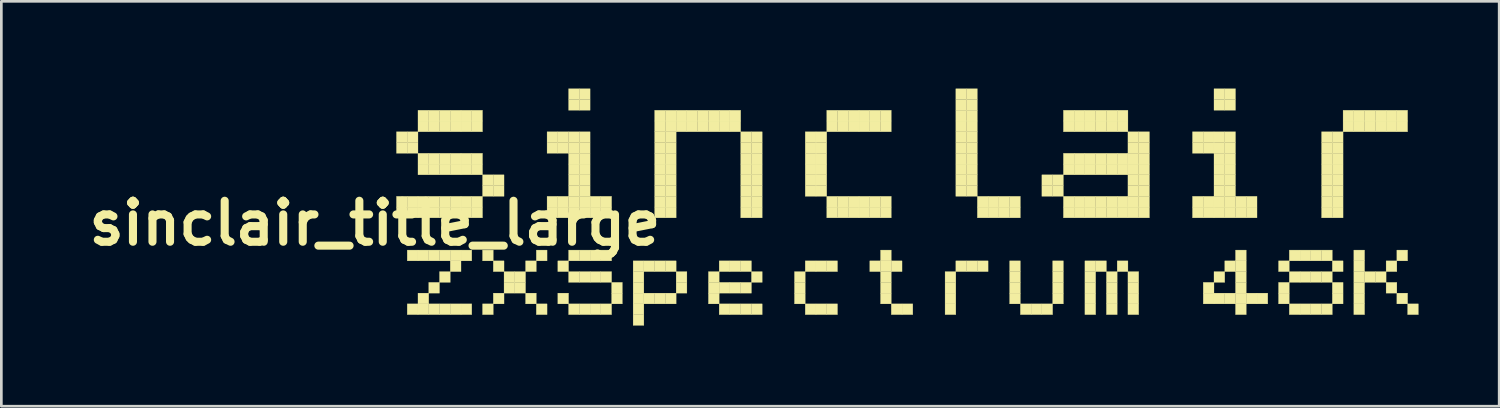
<source format=kicad_pcb>
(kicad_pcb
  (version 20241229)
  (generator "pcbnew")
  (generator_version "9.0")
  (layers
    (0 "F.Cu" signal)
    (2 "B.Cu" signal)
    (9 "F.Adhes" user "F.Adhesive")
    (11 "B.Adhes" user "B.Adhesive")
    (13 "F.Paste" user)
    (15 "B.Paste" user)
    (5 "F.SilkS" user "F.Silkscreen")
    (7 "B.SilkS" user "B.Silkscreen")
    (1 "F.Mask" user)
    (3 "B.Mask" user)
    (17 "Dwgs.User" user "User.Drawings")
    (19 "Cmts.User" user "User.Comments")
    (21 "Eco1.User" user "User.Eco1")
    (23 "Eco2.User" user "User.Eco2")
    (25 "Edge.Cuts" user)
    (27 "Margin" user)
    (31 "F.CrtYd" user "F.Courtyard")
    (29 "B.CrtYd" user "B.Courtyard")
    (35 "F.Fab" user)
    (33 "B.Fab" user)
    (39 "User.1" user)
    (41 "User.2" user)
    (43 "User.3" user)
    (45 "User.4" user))
  (footprint "sinclair_title_large"
    (layer "F.Cu")
    (at 10.893 0.25)
    (property "Reference" "sinclair_title_large" (at 0 5 0) (layer "F.SilkS") (effects (font (size 1.524 1.524) (thickness 0.3))))
    (attr through_hole)
    (fp_poly (pts (xy 0.8 1.6) (xy 1.2 1.6) (xy 1.2 2) (xy 0.8 2) (xy 0.8 1.6)) (stroke (width 0.01) (type solid)) (fill yes) (layer "F.SilkS"))
    (fp_poly (pts (xy 0.8 2) (xy 1.2 2) (xy 1.2 2.4) (xy 0.8 2.4) (xy 0.8 2)) (stroke (width 0.01) (type solid)) (fill yes) (layer "F.SilkS"))
    (fp_poly (pts (xy 0.8 4) (xy 1.2 4) (xy 1.2 4.4) (xy 0.8 4.4) (xy 0.8 4)) (stroke (width 0.01) (type solid)) (fill yes) (layer "F.SilkS"))
    (fp_poly (pts (xy 0.8 4.4) (xy 1.2 4.4) (xy 1.2 4.8) (xy 0.8 4.8) (xy 0.8 4.4)) (stroke (width 0.01) (type solid)) (fill yes) (layer "F.SilkS"))
    (fp_poly (pts (xy 1.2 1.6) (xy 1.6 1.6) (xy 1.6 2) (xy 1.2 2) (xy 1.2 1.6)) (stroke (width 0.01) (type solid)) (fill yes) (layer "F.SilkS"))
    (fp_poly (pts (xy 1.2 2) (xy 1.6 2) (xy 1.6 2.4) (xy 1.2 2.4) (xy 1.2 2)) (stroke (width 0.01) (type solid)) (fill yes) (layer "F.SilkS"))
    (fp_poly (pts (xy 1.2 4) (xy 1.6 4) (xy 1.6 4.4) (xy 1.2 4.4) (xy 1.2 4)) (stroke (width 0.01) (type solid)) (fill yes) (layer "F.SilkS"))
    (fp_poly (pts (xy 1.2 4.4) (xy 1.6 4.4) (xy 1.6 4.8) (xy 1.2 4.8) (xy 1.2 4.4)) (stroke (width 0.01) (type solid)) (fill yes) (layer "F.SilkS"))
    (fp_poly (pts (xy 1.2 6) (xy 1.6 6) (xy 1.6 6.4) (xy 1.2 6.4) (xy 1.2 6)) (stroke (width 0.01) (type solid)) (fill yes) (layer "F.SilkS"))
    (fp_poly (pts (xy 1.2 8) (xy 1.6 8) (xy 1.6 8.4) (xy 1.2 8.4) (xy 1.2 8)) (stroke (width 0.01) (type solid)) (fill yes) (layer "F.SilkS"))
    (fp_poly (pts (xy 1.6 0.8) (xy 2 0.8) (xy 2 1.2) (xy 1.6 1.2) (xy 1.6 0.8)) (stroke (width 0.01) (type solid)) (fill yes) (layer "F.SilkS"))
    (fp_poly (pts (xy 1.6 1.2) (xy 2 1.2) (xy 2 1.6) (xy 1.6 1.6) (xy 1.6 1.2)) (stroke (width 0.01) (type solid)) (fill yes) (layer "F.SilkS"))
    (fp_poly (pts (xy 1.6 2.4) (xy 2 2.4) (xy 2 2.8) (xy 1.6 2.8) (xy 1.6 2.4)) (stroke (width 0.01) (type solid)) (fill yes) (layer "F.SilkS"))
    (fp_poly (pts (xy 1.6 2.8) (xy 2 2.8) (xy 2 3.2) (xy 1.6 3.2) (xy 1.6 2.8)) (stroke (width 0.01) (type solid)) (fill yes) (layer "F.SilkS"))
    (fp_poly (pts (xy 1.6 4) (xy 2 4) (xy 2 4.4) (xy 1.6 4.4) (xy 1.6 4)) (stroke (width 0.01) (type solid)) (fill yes) (layer "F.SilkS"))
    (fp_poly (pts (xy 1.6 4.4) (xy 2 4.4) (xy 2 4.8) (xy 1.6 4.8) (xy 1.6 4.4)) (stroke (width 0.01) (type solid)) (fill yes) (layer "F.SilkS"))
    (fp_poly (pts (xy 1.6 6) (xy 2 6) (xy 2 6.4) (xy 1.6 6.4) (xy 1.6 6)) (stroke (width 0.01) (type solid)) (fill yes) (layer "F.SilkS"))
    (fp_poly (pts (xy 1.6 7.6) (xy 2 7.6) (xy 2 8) (xy 1.6 8) (xy 1.6 7.6)) (stroke (width 0.01) (type solid)) (fill yes) (layer "F.SilkS"))
    (fp_poly (pts (xy 1.6 8) (xy 2 8) (xy 2 8.4) (xy 1.6 8.4) (xy 1.6 8)) (stroke (width 0.01) (type solid)) (fill yes) (layer "F.SilkS"))
    (fp_poly (pts (xy 2 0.8) (xy 2.4 0.8) (xy 2.4 1.2) (xy 2 1.2) (xy 2 0.8)) (stroke (width 0.01) (type solid)) (fill yes) (layer "F.SilkS"))
    (fp_poly (pts (xy 2 1.2) (xy 2.4 1.2) (xy 2.4 1.6) (xy 2 1.6) (xy 2 1.2)) (stroke (width 0.01) (type solid)) (fill yes) (layer "F.SilkS"))
    (fp_poly (pts (xy 2 2.4) (xy 2.4 2.4) (xy 2.4 2.8) (xy 2 2.8) (xy 2 2.4)) (stroke (width 0.01) (type solid)) (fill yes) (layer "F.SilkS"))
    (fp_poly (pts (xy 2 2.8) (xy 2.4 2.8) (xy 2.4 3.2) (xy 2 3.2) (xy 2 2.8)) (stroke (width 0.01) (type solid)) (fill yes) (layer "F.SilkS"))
    (fp_poly (pts (xy 2 4) (xy 2.4 4) (xy 2.4 4.4) (xy 2 4.4) (xy 2 4)) (stroke (width 0.01) (type solid)) (fill yes) (layer "F.SilkS"))
    (fp_poly (pts (xy 2 4.4) (xy 2.4 4.4) (xy 2.4 4.8) (xy 2 4.8) (xy 2 4.4)) (stroke (width 0.01) (type solid)) (fill yes) (layer "F.SilkS"))
    (fp_poly (pts (xy 2 6) (xy 2.4 6) (xy 2.4 6.4) (xy 2 6.4) (xy 2 6)) (stroke (width 0.01) (type solid)) (fill yes) (layer "F.SilkS"))
    (fp_poly (pts (xy 2 7.2) (xy 2.4 7.2) (xy 2.4 7.6) (xy 2 7.6) (xy 2 7.2)) (stroke (width 0.01) (type solid)) (fill yes) (layer "F.SilkS"))
    (fp_poly (pts (xy 2 8) (xy 2.4 8) (xy 2.4 8.4) (xy 2 8.4) (xy 2 8)) (stroke (width 0.01) (type solid)) (fill yes) (layer "F.SilkS"))
    (fp_poly (pts (xy 2.4 0.8) (xy 2.8 0.8) (xy 2.8 1.2) (xy 2.4 1.2) (xy 2.4 0.8)) (stroke (width 0.01) (type solid)) (fill yes) (layer "F.SilkS"))
    (fp_poly (pts (xy 2.4 1.2) (xy 2.8 1.2) (xy 2.8 1.6) (xy 2.4 1.6) (xy 2.4 1.2)) (stroke (width 0.01) (type solid)) (fill yes) (layer "F.SilkS"))
    (fp_poly (pts (xy 2.4 2.4) (xy 2.8 2.4) (xy 2.8 2.8) (xy 2.4 2.8) (xy 2.4 2.4)) (stroke (width 0.01) (type solid)) (fill yes) (layer "F.SilkS"))
    (fp_poly (pts (xy 2.4 2.8) (xy 2.8 2.8) (xy 2.8 3.2) (xy 2.4 3.2) (xy 2.4 2.8)) (stroke (width 0.01) (type solid)) (fill yes) (layer "F.SilkS"))
    (fp_poly (pts (xy 2.4 4) (xy 2.8 4) (xy 2.8 4.4) (xy 2.4 4.4) (xy 2.4 4)) (stroke (width 0.01) (type solid)) (fill yes) (layer "F.SilkS"))
    (fp_poly (pts (xy 2.4 4.4) (xy 2.8 4.4) (xy 2.8 4.8) (xy 2.4 4.8) (xy 2.4 4.4)) (stroke (width 0.01) (type solid)) (fill yes) (layer "F.SilkS"))
    (fp_poly (pts (xy 2.4 6) (xy 2.8 6) (xy 2.8 6.4) (xy 2.4 6.4) (xy 2.4 6)) (stroke (width 0.01) (type solid)) (fill yes) (layer "F.SilkS"))
    (fp_poly (pts (xy 2.4 6.8) (xy 2.8 6.8) (xy 2.8 7.2) (xy 2.4 7.2) (xy 2.4 6.8)) (stroke (width 0.01) (type solid)) (fill yes) (layer "F.SilkS"))
    (fp_poly (pts (xy 2.4 8) (xy 2.8 8) (xy 2.8 8.4) (xy 2.4 8.4) (xy 2.4 8)) (stroke (width 0.01) (type solid)) (fill yes) (layer "F.SilkS"))
    (fp_poly (pts (xy 2.8 0.8) (xy 3.2 0.8) (xy 3.2 1.2) (xy 2.8 1.2) (xy 2.8 0.8)) (stroke (width 0.01) (type solid)) (fill yes) (layer "F.SilkS"))
    (fp_poly (pts (xy 2.8 1.2) (xy 3.2 1.2) (xy 3.2 1.6) (xy 2.8 1.6) (xy 2.8 1.2)) (stroke (width 0.01) (type solid)) (fill yes) (layer "F.SilkS"))
    (fp_poly (pts (xy 2.8 2.4) (xy 3.2 2.4) (xy 3.2 2.8) (xy 2.8 2.8) (xy 2.8 2.4)) (stroke (width 0.01) (type solid)) (fill yes) (layer "F.SilkS"))
    (fp_poly (pts (xy 2.8 2.8) (xy 3.2 2.8) (xy 3.2 3.2) (xy 2.8 3.2) (xy 2.8 2.8)) (stroke (width 0.01) (type solid)) (fill yes) (layer "F.SilkS"))
    (fp_poly (pts (xy 2.8 4) (xy 3.2 4) (xy 3.2 4.4) (xy 2.8 4.4) (xy 2.8 4)) (stroke (width 0.01) (type solid)) (fill yes) (layer "F.SilkS"))
    (fp_poly (pts (xy 2.8 4.4) (xy 3.2 4.4) (xy 3.2 4.8) (xy 2.8 4.8) (xy 2.8 4.4)) (stroke (width 0.01) (type solid)) (fill yes) (layer "F.SilkS"))
    (fp_poly (pts (xy 2.8 6) (xy 3.2 6) (xy 3.2 6.4) (xy 2.8 6.4) (xy 2.8 6)) (stroke (width 0.01) (type solid)) (fill yes) (layer "F.SilkS"))
    (fp_poly (pts (xy 2.8 6.4) (xy 3.2 6.4) (xy 3.2 6.8) (xy 2.8 6.8) (xy 2.8 6.4)) (stroke (width 0.01) (type solid)) (fill yes) (layer "F.SilkS"))
    (fp_poly (pts (xy 2.8 8) (xy 3.2 8) (xy 3.2 8.4) (xy 2.8 8.4) (xy 2.8 8)) (stroke (width 0.01) (type solid)) (fill yes) (layer "F.SilkS"))
    (fp_poly (pts (xy 3.2 0.8) (xy 3.6 0.8) (xy 3.6 1.2) (xy 3.2 1.2) (xy 3.2 0.8)) (stroke (width 0.01) (type solid)) (fill yes) (layer "F.SilkS"))
    (fp_poly (pts (xy 3.2 1.2) (xy 3.6 1.2) (xy 3.6 1.6) (xy 3.2 1.6) (xy 3.2 1.2)) (stroke (width 0.01) (type solid)) (fill yes) (layer "F.SilkS"))
    (fp_poly (pts (xy 3.2 2.4) (xy 3.6 2.4) (xy 3.6 2.8) (xy 3.2 2.8) (xy 3.2 2.4)) (stroke (width 0.01) (type solid)) (fill yes) (layer "F.SilkS"))
    (fp_poly (pts (xy 3.2 2.8) (xy 3.6 2.8) (xy 3.6 3.2) (xy 3.2 3.2) (xy 3.2 2.8)) (stroke (width 0.01) (type solid)) (fill yes) (layer "F.SilkS"))
    (fp_poly (pts (xy 3.2 4) (xy 3.6 4) (xy 3.6 4.4) (xy 3.2 4.4) (xy 3.2 4)) (stroke (width 0.01) (type solid)) (fill yes) (layer "F.SilkS"))
    (fp_poly (pts (xy 3.2 4.4) (xy 3.6 4.4) (xy 3.6 4.8) (xy 3.2 4.8) (xy 3.2 4.4)) (stroke (width 0.01) (type solid)) (fill yes) (layer "F.SilkS"))
    (fp_poly (pts (xy 3.2 6) (xy 3.6 6) (xy 3.6 6.4) (xy 3.2 6.4) (xy 3.2 6)) (stroke (width 0.01) (type solid)) (fill yes) (layer "F.SilkS"))
    (fp_poly (pts (xy 3.2 8) (xy 3.6 8) (xy 3.6 8.4) (xy 3.2 8.4) (xy 3.2 8)) (stroke (width 0.01) (type solid)) (fill yes) (layer "F.SilkS"))
    (fp_poly (pts (xy 3.6 0.8) (xy 4 0.8) (xy 4 1.2) (xy 3.6 1.2) (xy 3.6 0.8)) (stroke (width 0.01) (type solid)) (fill yes) (layer "F.SilkS"))
    (fp_poly (pts (xy 3.6 1.2) (xy 4 1.2) (xy 4 1.6) (xy 3.6 1.6) (xy 3.6 1.2)) (stroke (width 0.01) (type solid)) (fill yes) (layer "F.SilkS"))
    (fp_poly (pts (xy 3.6 2.4) (xy 4 2.4) (xy 4 2.8) (xy 3.6 2.8) (xy 3.6 2.4)) (stroke (width 0.01) (type solid)) (fill yes) (layer "F.SilkS"))
    (fp_poly (pts (xy 3.6 2.8) (xy 4 2.8) (xy 4 3.2) (xy 3.6 3.2) (xy 3.6 2.8)) (stroke (width 0.01) (type solid)) (fill yes) (layer "F.SilkS"))
    (fp_poly (pts (xy 3.6 4) (xy 4 4) (xy 4 4.4) (xy 3.6 4.4) (xy 3.6 4)) (stroke (width 0.01) (type solid)) (fill yes) (layer "F.SilkS"))
    (fp_poly (pts (xy 3.6 4.4) (xy 4 4.4) (xy 4 4.8) (xy 3.6 4.8) (xy 3.6 4.4)) (stroke (width 0.01) (type solid)) (fill yes) (layer "F.SilkS"))
    (fp_poly (pts (xy 4 3.2) (xy 4.4 3.2) (xy 4.4 3.6) (xy 4 3.6) (xy 4 3.2)) (stroke (width 0.01) (type solid)) (fill yes) (layer "F.SilkS"))
    (fp_poly (pts (xy 4 3.6) (xy 4.4 3.6) (xy 4.4 4) (xy 4 4) (xy 4 3.6)) (stroke (width 0.01) (type solid)) (fill yes) (layer "F.SilkS"))
    (fp_poly (pts (xy 4 6) (xy 4.4 6) (xy 4.4 6.4) (xy 4 6.4) (xy 4 6)) (stroke (width 0.01) (type solid)) (fill yes) (layer "F.SilkS"))
    (fp_poly (pts (xy 4 8) (xy 4.4 8) (xy 4.4 8.4) (xy 4 8.4) (xy 4 8)) (stroke (width 0.01) (type solid)) (fill yes) (layer "F.SilkS"))
    (fp_poly (pts (xy 4.4 3.2) (xy 4.8 3.2) (xy 4.8 3.6) (xy 4.4 3.6) (xy 4.4 3.2)) (stroke (width 0.01) (type solid)) (fill yes) (layer "F.SilkS"))
    (fp_poly (pts (xy 4.4 3.6) (xy 4.8 3.6) (xy 4.8 4) (xy 4.4 4) (xy 4.4 3.6)) (stroke (width 0.01) (type solid)) (fill yes) (layer "F.SilkS"))
    (fp_poly (pts (xy 4.4 6.4) (xy 4.8 6.4) (xy 4.8 6.8) (xy 4.4 6.8) (xy 4.4 6.4)) (stroke (width 0.01) (type solid)) (fill yes) (layer "F.SilkS"))
    (fp_poly (pts (xy 4.4 7.6) (xy 4.8 7.6) (xy 4.8 8) (xy 4.4 8) (xy 4.4 7.6)) (stroke (width 0.01) (type solid)) (fill yes) (layer "F.SilkS"))
    (fp_poly (pts (xy 4.8 6.8) (xy 5.2 6.8) (xy 5.2 7.2) (xy 4.8 7.2) (xy 4.8 6.8)) (stroke (width 0.01) (type solid)) (fill yes) (layer "F.SilkS"))
    (fp_poly (pts (xy 4.8 7.2) (xy 5.2 7.2) (xy 5.2 7.6) (xy 4.8 7.6) (xy 4.8 7.2)) (stroke (width 0.01) (type solid)) (fill yes) (layer "F.SilkS"))
    (fp_poly (pts (xy 5.2 6.8) (xy 5.6 6.8) (xy 5.6 7.2) (xy 5.2 7.2) (xy 5.2 6.8)) (stroke (width 0.01) (type solid)) (fill yes) (layer "F.SilkS"))
    (fp_poly (pts (xy 5.2 7.2) (xy 5.6 7.2) (xy 5.6 7.6) (xy 5.2 7.6) (xy 5.2 7.2)) (stroke (width 0.01) (type solid)) (fill yes) (layer "F.SilkS"))
    (fp_poly (pts (xy 5.6 6.4) (xy 6 6.4) (xy 6 6.8) (xy 5.6 6.8) (xy 5.6 6.4)) (stroke (width 0.01) (type solid)) (fill yes) (layer "F.SilkS"))
    (fp_poly (pts (xy 5.6 7.6) (xy 6 7.6) (xy 6 8) (xy 5.6 8) (xy 5.6 7.6)) (stroke (width 0.01) (type solid)) (fill yes) (layer "F.SilkS"))
    (fp_poly (pts (xy 6 6) (xy 6.4 6) (xy 6.4 6.4) (xy 6 6.4) (xy 6 6)) (stroke (width 0.01) (type solid)) (fill yes) (layer "F.SilkS"))
    (fp_poly (pts (xy 6 8) (xy 6.4 8) (xy 6.4 8.4) (xy 6 8.4) (xy 6 8)) (stroke (width 0.01) (type solid)) (fill yes) (layer "F.SilkS"))
    (fp_poly (pts (xy 6.4 1.6) (xy 6.8 1.6) (xy 6.8 2) (xy 6.4 2) (xy 6.4 1.6)) (stroke (width 0.01) (type solid)) (fill yes) (layer "F.SilkS"))
    (fp_poly (pts (xy 6.4 2) (xy 6.8 2) (xy 6.8 2.4) (xy 6.4 2.4) (xy 6.4 2)) (stroke (width 0.01) (type solid)) (fill yes) (layer "F.SilkS"))
    (fp_poly (pts (xy 6.4 4) (xy 6.8 4) (xy 6.8 4.4) (xy 6.4 4.4) (xy 6.4 4)) (stroke (width 0.01) (type solid)) (fill yes) (layer "F.SilkS"))
    (fp_poly (pts (xy 6.4 4.4) (xy 6.8 4.4) (xy 6.8 4.8) (xy 6.4 4.8) (xy 6.4 4.4)) (stroke (width 0.01) (type solid)) (fill yes) (layer "F.SilkS"))
    (fp_poly (pts (xy 6.8 1.6) (xy 7.2 1.6) (xy 7.2 2) (xy 6.8 2) (xy 6.8 1.6)) (stroke (width 0.01) (type solid)) (fill yes) (layer "F.SilkS"))
    (fp_poly (pts (xy 6.8 2) (xy 7.2 2) (xy 7.2 2.4) (xy 6.8 2.4) (xy 6.8 2)) (stroke (width 0.01) (type solid)) (fill yes) (layer "F.SilkS"))
    (fp_poly (pts (xy 6.8 4) (xy 7.2 4) (xy 7.2 4.4) (xy 6.8 4.4) (xy 6.8 4)) (stroke (width 0.01) (type solid)) (fill yes) (layer "F.SilkS"))
    (fp_poly (pts (xy 6.8 4.4) (xy 7.2 4.4) (xy 7.2 4.8) (xy 6.8 4.8) (xy 6.8 4.4)) (stroke (width 0.01) (type solid)) (fill yes) (layer "F.SilkS"))
    (fp_poly (pts (xy 6.8 6.4) (xy 7.2 6.4) (xy 7.2 6.8) (xy 6.8 6.8) (xy 6.8 6.4)) (stroke (width 0.01) (type solid)) (fill yes) (layer "F.SilkS"))
    (fp_poly (pts (xy 6.8 7.6) (xy 7.2 7.6) (xy 7.2 8) (xy 6.8 8) (xy 6.8 7.6)) (stroke (width 0.01) (type solid)) (fill yes) (layer "F.SilkS"))
    (fp_poly (pts (xy 7.2 0) (xy 7.6 0) (xy 7.6 0.4) (xy 7.2 0.4) (xy 7.2 0)) (stroke (width 0.01) (type solid)) (fill yes) (layer "F.SilkS"))
    (fp_poly (pts (xy 7.2 0.4) (xy 7.6 0.4) (xy 7.6 0.8) (xy 7.2 0.8) (xy 7.2 0.4)) (stroke (width 0.01) (type solid)) (fill yes) (layer "F.SilkS"))
    (fp_poly (pts (xy 7.2 1.6) (xy 7.6 1.6) (xy 7.6 2) (xy 7.2 2) (xy 7.2 1.6)) (stroke (width 0.01) (type solid)) (fill yes) (layer "F.SilkS"))
    (fp_poly (pts (xy 7.2 2) (xy 7.6 2) (xy 7.6 2.4) (xy 7.2 2.4) (xy 7.2 2)) (stroke (width 0.01) (type solid)) (fill yes) (layer "F.SilkS"))
    (fp_poly (pts (xy 7.2 2.4) (xy 7.6 2.4) (xy 7.6 2.8) (xy 7.2 2.8) (xy 7.2 2.4)) (stroke (width 0.01) (type solid)) (fill yes) (layer "F.SilkS"))
    (fp_poly (pts (xy 7.2 2.8) (xy 7.6 2.8) (xy 7.6 3.2) (xy 7.2 3.2) (xy 7.2 2.8)) (stroke (width 0.01) (type solid)) (fill yes) (layer "F.SilkS"))
    (fp_poly (pts (xy 7.2 3.2) (xy 7.6 3.2) (xy 7.6 3.6) (xy 7.2 3.6) (xy 7.2 3.2)) (stroke (width 0.01) (type solid)) (fill yes) (layer "F.SilkS"))
    (fp_poly (pts (xy 7.2 3.6) (xy 7.6 3.6) (xy 7.6 4) (xy 7.2 4) (xy 7.2 3.6)) (stroke (width 0.01) (type solid)) (fill yes) (layer "F.SilkS"))
    (fp_poly (pts (xy 7.2 4) (xy 7.6 4) (xy 7.6 4.4) (xy 7.2 4.4) (xy 7.2 4)) (stroke (width 0.01) (type solid)) (fill yes) (layer "F.SilkS"))
    (fp_poly (pts (xy 7.2 4.4) (xy 7.6 4.4) (xy 7.6 4.8) (xy 7.2 4.8) (xy 7.2 4.4)) (stroke (width 0.01) (type solid)) (fill yes) (layer "F.SilkS"))
    (fp_poly (pts (xy 7.2 6) (xy 7.6 6) (xy 7.6 6.4) (xy 7.2 6.4) (xy 7.2 6)) (stroke (width 0.01) (type solid)) (fill yes) (layer "F.SilkS"))
    (fp_poly (pts (xy 7.2 6.8) (xy 7.6 6.8) (xy 7.6 7.2) (xy 7.2 7.2) (xy 7.2 6.8)) (stroke (width 0.01) (type solid)) (fill yes) (layer "F.SilkS"))
    (fp_poly (pts (xy 7.2 8) (xy 7.6 8) (xy 7.6 8.4) (xy 7.2 8.4) (xy 7.2 8)) (stroke (width 0.01) (type solid)) (fill yes) (layer "F.SilkS"))
    (fp_poly (pts (xy 7.6 0) (xy 8 0) (xy 8 0.4) (xy 7.6 0.4) (xy 7.6 0)) (stroke (width 0.01) (type solid)) (fill yes) (layer "F.SilkS"))
    (fp_poly (pts (xy 7.6 0.4) (xy 8 0.4) (xy 8 0.8) (xy 7.6 0.8) (xy 7.6 0.4)) (stroke (width 0.01) (type solid)) (fill yes) (layer "F.SilkS"))
    (fp_poly (pts (xy 7.6 1.6) (xy 8 1.6) (xy 8 2) (xy 7.6 2) (xy 7.6 1.6)) (stroke (width 0.01) (type solid)) (fill yes) (layer "F.SilkS"))
    (fp_poly (pts (xy 7.6 2) (xy 8 2) (xy 8 2.4) (xy 7.6 2.4) (xy 7.6 2)) (stroke (width 0.01) (type solid)) (fill yes) (layer "F.SilkS"))
    (fp_poly (pts (xy 7.6 2.4) (xy 8 2.4) (xy 8 2.8) (xy 7.6 2.8) (xy 7.6 2.4)) (stroke (width 0.01) (type solid)) (fill yes) (layer "F.SilkS"))
    (fp_poly (pts (xy 7.6 2.8) (xy 8 2.8) (xy 8 3.2) (xy 7.6 3.2) (xy 7.6 2.8)) (stroke (width 0.01) (type solid)) (fill yes) (layer "F.SilkS"))
    (fp_poly (pts (xy 7.6 3.2) (xy 8 3.2) (xy 8 3.6) (xy 7.6 3.6) (xy 7.6 3.2)) (stroke (width 0.01) (type solid)) (fill yes) (layer "F.SilkS"))
    (fp_poly (pts (xy 7.6 3.6) (xy 8 3.6) (xy 8 4) (xy 7.6 4) (xy 7.6 3.6)) (stroke (width 0.01) (type solid)) (fill yes) (layer "F.SilkS"))
    (fp_poly (pts (xy 7.6 4) (xy 8 4) (xy 8 4.4) (xy 7.6 4.4) (xy 7.6 4)) (stroke (width 0.01) (type solid)) (fill yes) (layer "F.SilkS"))
    (fp_poly (pts (xy 7.6 4.4) (xy 8 4.4) (xy 8 4.8) (xy 7.6 4.8) (xy 7.6 4.4)) (stroke (width 0.01) (type solid)) (fill yes) (layer "F.SilkS"))
    (fp_poly (pts (xy 7.6 6) (xy 8 6) (xy 8 6.4) (xy 7.6 6.4) (xy 7.6 6)) (stroke (width 0.01) (type solid)) (fill yes) (layer "F.SilkS"))
    (fp_poly (pts (xy 7.6 6.8) (xy 8 6.8) (xy 8 7.2) (xy 7.6 7.2) (xy 7.6 6.8)) (stroke (width 0.01) (type solid)) (fill yes) (layer "F.SilkS"))
    (fp_poly (pts (xy 7.6 8) (xy 8 8) (xy 8 8.4) (xy 7.6 8.4) (xy 7.6 8)) (stroke (width 0.01) (type solid)) (fill yes) (layer "F.SilkS"))
    (fp_poly (pts (xy 8 4) (xy 8.4 4) (xy 8.4 4.4) (xy 8 4.4) (xy 8 4)) (stroke (width 0.01) (type solid)) (fill yes) (layer "F.SilkS"))
    (fp_poly (pts (xy 8 4.4) (xy 8.4 4.4) (xy 8.4 4.8) (xy 8 4.8) (xy 8 4.4)) (stroke (width 0.01) (type solid)) (fill yes) (layer "F.SilkS"))
    (fp_poly (pts (xy 8 6) (xy 8.4 6) (xy 8.4 6.4) (xy 8 6.4) (xy 8 6)) (stroke (width 0.01) (type solid)) (fill yes) (layer "F.SilkS"))
    (fp_poly (pts (xy 8 6.8) (xy 8.4 6.8) (xy 8.4 7.2) (xy 8 7.2) (xy 8 6.8)) (stroke (width 0.01) (type solid)) (fill yes) (layer "F.SilkS"))
    (fp_poly (pts (xy 8 8) (xy 8.4 8) (xy 8.4 8.4) (xy 8 8.4) (xy 8 8)) (stroke (width 0.01) (type solid)) (fill yes) (layer "F.SilkS"))
    (fp_poly (pts (xy 8.4 4) (xy 8.8 4) (xy 8.8 4.4) (xy 8.4 4.4) (xy 8.4 4)) (stroke (width 0.01) (type solid)) (fill yes) (layer "F.SilkS"))
    (fp_poly (pts (xy 8.4 4.4) (xy 8.8 4.4) (xy 8.8 4.8) (xy 8.4 4.8) (xy 8.4 4.4)) (stroke (width 0.01) (type solid)) (fill yes) (layer "F.SilkS"))
    (fp_poly (pts (xy 8.4 6) (xy 8.8 6) (xy 8.8 6.4) (xy 8.4 6.4) (xy 8.4 6)) (stroke (width 0.01) (type solid)) (fill yes) (layer "F.SilkS"))
    (fp_poly (pts (xy 8.4 6.8) (xy 8.8 6.8) (xy 8.8 7.2) (xy 8.4 7.2) (xy 8.4 6.8)) (stroke (width 0.01) (type solid)) (fill yes) (layer "F.SilkS"))
    (fp_poly (pts (xy 8.4 8) (xy 8.8 8) (xy 8.8 8.4) (xy 8.4 8.4) (xy 8.4 8)) (stroke (width 0.01) (type solid)) (fill yes) (layer "F.SilkS"))
    (fp_poly (pts (xy 8.8 7.2) (xy 9.2 7.2) (xy 9.2 7.6) (xy 8.8 7.6) (xy 8.8 7.2)) (stroke (width 0.01) (type solid)) (fill yes) (layer "F.SilkS"))
    (fp_poly (pts (xy 8.8 7.6) (xy 9.2 7.6) (xy 9.2 8) (xy 8.8 8) (xy 8.8 7.6)) (stroke (width 0.01) (type solid)) (fill yes) (layer "F.SilkS"))
    (fp_poly (pts (xy 9.6 6.4) (xy 10 6.4) (xy 10 6.8) (xy 9.6 6.8) (xy 9.6 6.4)) (stroke (width 0.01) (type solid)) (fill yes) (layer "F.SilkS"))
    (fp_poly (pts (xy 9.6 6.8) (xy 10 6.8) (xy 10 7.2) (xy 9.6 7.2) (xy 9.6 6.8)) (stroke (width 0.01) (type solid)) (fill yes) (layer "F.SilkS"))
    (fp_poly (pts (xy 9.6 7.2) (xy 10 7.2) (xy 10 7.6) (xy 9.6 7.6) (xy 9.6 7.2)) (stroke (width 0.01) (type solid)) (fill yes) (layer "F.SilkS"))
    (fp_poly (pts (xy 9.6 7.6) (xy 10 7.6) (xy 10 8) (xy 9.6 8) (xy 9.6 7.6)) (stroke (width 0.01) (type solid)) (fill yes) (layer "F.SilkS"))
    (fp_poly (pts (xy 9.6 8) (xy 10 8) (xy 10 8.4) (xy 9.6 8.4) (xy 9.6 8)) (stroke (width 0.01) (type solid)) (fill yes) (layer "F.SilkS"))
    (fp_poly (pts (xy 9.6 8.4) (xy 10 8.4) (xy 10 8.8) (xy 9.6 8.8) (xy 9.6 8.4)) (stroke (width 0.01) (type solid)) (fill yes) (layer "F.SilkS"))
    (fp_poly (pts (xy 10 6.4) (xy 10.4 6.4) (xy 10.4 6.8) (xy 10 6.8) (xy 10 6.4)) (stroke (width 0.01) (type solid)) (fill yes) (layer "F.SilkS"))
    (fp_poly (pts (xy 10 7.6) (xy 10.4 7.6) (xy 10.4 8) (xy 10 8) (xy 10 7.6)) (stroke (width 0.01) (type solid)) (fill yes) (layer "F.SilkS"))
    (fp_poly (pts (xy 10.4 0.8) (xy 10.8 0.8) (xy 10.8 1.2) (xy 10.4 1.2) (xy 10.4 0.8)) (stroke (width 0.01) (type solid)) (fill yes) (layer "F.SilkS"))
    (fp_poly (pts (xy 10.4 1.2) (xy 10.8 1.2) (xy 10.8 1.6) (xy 10.4 1.6) (xy 10.4 1.2)) (stroke (width 0.01) (type solid)) (fill yes) (layer "F.SilkS"))
    (fp_poly (pts (xy 10.4 1.6) (xy 10.8 1.6) (xy 10.8 2) (xy 10.4 2) (xy 10.4 1.6)) (stroke (width 0.01) (type solid)) (fill yes) (layer "F.SilkS"))
    (fp_poly (pts (xy 10.4 2) (xy 10.8 2) (xy 10.8 2.4) (xy 10.4 2.4) (xy 10.4 2)) (stroke (width 0.01) (type solid)) (fill yes) (layer "F.SilkS"))
    (fp_poly (pts (xy 10.4 2.4) (xy 10.8 2.4) (xy 10.8 2.8) (xy 10.4 2.8) (xy 10.4 2.4)) (stroke (width 0.01) (type solid)) (fill yes) (layer "F.SilkS"))
    (fp_poly (pts (xy 10.4 2.8) (xy 10.8 2.8) (xy 10.8 3.2) (xy 10.4 3.2) (xy 10.4 2.8)) (stroke (width 0.01) (type solid)) (fill yes) (layer "F.SilkS"))
    (fp_poly (pts (xy 10.4 3.2) (xy 10.8 3.2) (xy 10.8 3.6) (xy 10.4 3.6) (xy 10.4 3.2)) (stroke (width 0.01) (type solid)) (fill yes) (layer "F.SilkS"))
    (fp_poly (pts (xy 10.4 3.6) (xy 10.8 3.6) (xy 10.8 4) (xy 10.4 4) (xy 10.4 3.6)) (stroke (width 0.01) (type solid)) (fill yes) (layer "F.SilkS"))
    (fp_poly (pts (xy 10.4 4) (xy 10.8 4) (xy 10.8 4.4) (xy 10.4 4.4) (xy 10.4 4)) (stroke (width 0.01) (type solid)) (fill yes) (layer "F.SilkS"))
    (fp_poly (pts (xy 10.4 4.4) (xy 10.8 4.4) (xy 10.8 4.8) (xy 10.4 4.8) (xy 10.4 4.4)) (stroke (width 0.01) (type solid)) (fill yes) (layer "F.SilkS"))
    (fp_poly (pts (xy 10.4 6.4) (xy 10.8 6.4) (xy 10.8 6.8) (xy 10.4 6.8) (xy 10.4 6.4)) (stroke (width 0.01) (type solid)) (fill yes) (layer "F.SilkS"))
    (fp_poly (pts (xy 10.4 7.6) (xy 10.8 7.6) (xy 10.8 8) (xy 10.4 8) (xy 10.4 7.6)) (stroke (width 0.01) (type solid)) (fill yes) (layer "F.SilkS"))
    (fp_poly (pts (xy 10.8 0.8) (xy 11.2 0.8) (xy 11.2 1.2) (xy 10.8 1.2) (xy 10.8 0.8)) (stroke (width 0.01) (type solid)) (fill yes) (layer "F.SilkS"))
    (fp_poly (pts (xy 10.8 1.2) (xy 11.2 1.2) (xy 11.2 1.6) (xy 10.8 1.6) (xy 10.8 1.2)) (stroke (width 0.01) (type solid)) (fill yes) (layer "F.SilkS"))
    (fp_poly (pts (xy 10.8 1.6) (xy 11.2 1.6) (xy 11.2 2) (xy 10.8 2) (xy 10.8 1.6)) (stroke (width 0.01) (type solid)) (fill yes) (layer "F.SilkS"))
    (fp_poly (pts (xy 10.8 2) (xy 11.2 2) (xy 11.2 2.4) (xy 10.8 2.4) (xy 10.8 2)) (stroke (width 0.01) (type solid)) (fill yes) (layer "F.SilkS"))
    (fp_poly (pts (xy 10.8 2.4) (xy 11.2 2.4) (xy 11.2 2.8) (xy 10.8 2.8) (xy 10.8 2.4)) (stroke (width 0.01) (type solid)) (fill yes) (layer "F.SilkS"))
    (fp_poly (pts (xy 10.8 2.8) (xy 11.2 2.8) (xy 11.2 3.2) (xy 10.8 3.2) (xy 10.8 2.8)) (stroke (width 0.01) (type solid)) (fill yes) (layer "F.SilkS"))
    (fp_poly (pts (xy 10.8 3.2) (xy 11.2 3.2) (xy 11.2 3.6) (xy 10.8 3.6) (xy 10.8 3.2)) (stroke (width 0.01) (type solid)) (fill yes) (layer "F.SilkS"))
    (fp_poly (pts (xy 10.8 3.6) (xy 11.2 3.6) (xy 11.2 4) (xy 10.8 4) (xy 10.8 3.6)) (stroke (width 0.01) (type solid)) (fill yes) (layer "F.SilkS"))
    (fp_poly (pts (xy 10.8 4) (xy 11.2 4) (xy 11.2 4.4) (xy 10.8 4.4) (xy 10.8 4)) (stroke (width 0.01) (type solid)) (fill yes) (layer "F.SilkS"))
    (fp_poly (pts (xy 10.8 4.4) (xy 11.2 4.4) (xy 11.2 4.8) (xy 10.8 4.8) (xy 10.8 4.4)) (stroke (width 0.01) (type solid)) (fill yes) (layer "F.SilkS"))
    (fp_poly (pts (xy 10.8 6.4) (xy 11.2 6.4) (xy 11.2 6.8) (xy 10.8 6.8) (xy 10.8 6.4)) (stroke (width 0.01) (type solid)) (fill yes) (layer "F.SilkS"))
    (fp_poly (pts (xy 10.8 7.6) (xy 11.2 7.6) (xy 11.2 8) (xy 10.8 8) (xy 10.8 7.6)) (stroke (width 0.01) (type solid)) (fill yes) (layer "F.SilkS"))
    (fp_poly (pts (xy 11.2 0.8) (xy 11.6 0.8) (xy 11.6 1.2) (xy 11.2 1.2) (xy 11.2 0.8)) (stroke (width 0.01) (type solid)) (fill yes) (layer "F.SilkS"))
    (fp_poly (pts (xy 11.2 1.2) (xy 11.6 1.2) (xy 11.6 1.6) (xy 11.2 1.6) (xy 11.2 1.2)) (stroke (width 0.01) (type solid)) (fill yes) (layer "F.SilkS"))
    (fp_poly (pts (xy 11.2 6.8) (xy 11.6 6.8) (xy 11.6 7.2) (xy 11.2 7.2) (xy 11.2 6.8)) (stroke (width 0.01) (type solid)) (fill yes) (layer "F.SilkS"))
    (fp_poly (pts (xy 11.2 7.2) (xy 11.6 7.2) (xy 11.6 7.6) (xy 11.2 7.6) (xy 11.2 7.2)) (stroke (width 0.01) (type solid)) (fill yes) (layer "F.SilkS"))
    (fp_poly (pts (xy 11.6 0.8) (xy 12 0.8) (xy 12 1.2) (xy 11.6 1.2) (xy 11.6 0.8)) (stroke (width 0.01) (type solid)) (fill yes) (layer "F.SilkS"))
    (fp_poly (pts (xy 11.6 1.2) (xy 12 1.2) (xy 12 1.6) (xy 11.6 1.6) (xy 11.6 1.2)) (stroke (width 0.01) (type solid)) (fill yes) (layer "F.SilkS"))
    (fp_poly (pts (xy 12 0.8) (xy 12.4 0.8) (xy 12.4 1.2) (xy 12 1.2) (xy 12 0.8)) (stroke (width 0.01) (type solid)) (fill yes) (layer "F.SilkS"))
    (fp_poly (pts (xy 12 1.2) (xy 12.4 1.2) (xy 12.4 1.6) (xy 12 1.6) (xy 12 1.2)) (stroke (width 0.01) (type solid)) (fill yes) (layer "F.SilkS"))
    (fp_poly (pts (xy 12.4 0.8) (xy 12.8 0.8) (xy 12.8 1.2) (xy 12.4 1.2) (xy 12.4 0.8)) (stroke (width 0.01) (type solid)) (fill yes) (layer "F.SilkS"))
    (fp_poly (pts (xy 12.4 1.2) (xy 12.8 1.2) (xy 12.8 1.6) (xy 12.4 1.6) (xy 12.4 1.2)) (stroke (width 0.01) (type solid)) (fill yes) (layer "F.SilkS"))
    (fp_poly (pts (xy 12.4 6.8) (xy 12.8 6.8) (xy 12.8 7.2) (xy 12.4 7.2) (xy 12.4 6.8)) (stroke (width 0.01) (type solid)) (fill yes) (layer "F.SilkS"))
    (fp_poly (pts (xy 12.4 7.2) (xy 12.8 7.2) (xy 12.8 7.6) (xy 12.4 7.6) (xy 12.4 7.2)) (stroke (width 0.01) (type solid)) (fill yes) (layer "F.SilkS"))
    (fp_poly (pts (xy 12.4 7.6) (xy 12.8 7.6) (xy 12.8 8) (xy 12.4 8) (xy 12.4 7.6)) (stroke (width 0.01) (type solid)) (fill yes) (layer "F.SilkS"))
    (fp_poly (pts (xy 12.8 0.8) (xy 13.2 0.8) (xy 13.2 1.2) (xy 12.8 1.2) (xy 12.8 0.8)) (stroke (width 0.01) (type solid)) (fill yes) (layer "F.SilkS"))
    (fp_poly (pts (xy 12.8 1.2) (xy 13.2 1.2) (xy 13.2 1.6) (xy 12.8 1.6) (xy 12.8 1.2)) (stroke (width 0.01) (type solid)) (fill yes) (layer "F.SilkS"))
    (fp_poly (pts (xy 12.8 6.4) (xy 13.2 6.4) (xy 13.2 6.8) (xy 12.8 6.8) (xy 12.8 6.4)) (stroke (width 0.01) (type solid)) (fill yes) (layer "F.SilkS"))
    (fp_poly (pts (xy 12.8 7.2) (xy 13.2 7.2) (xy 13.2 7.6) (xy 12.8 7.6) (xy 12.8 7.2)) (stroke (width 0.01) (type solid)) (fill yes) (layer "F.SilkS"))
    (fp_poly (pts (xy 12.8 8) (xy 13.2 8) (xy 13.2 8.4) (xy 12.8 8.4) (xy 12.8 8)) (stroke (width 0.01) (type solid)) (fill yes) (layer "F.SilkS"))
    (fp_poly (pts (xy 13.2 0.8) (xy 13.6 0.8) (xy 13.6 1.2) (xy 13.2 1.2) (xy 13.2 0.8)) (stroke (width 0.01) (type solid)) (fill yes) (layer "F.SilkS"))
    (fp_poly (pts (xy 13.2 1.2) (xy 13.6 1.2) (xy 13.6 1.6) (xy 13.2 1.6) (xy 13.2 1.2)) (stroke (width 0.01) (type solid)) (fill yes) (layer "F.SilkS"))
    (fp_poly (pts (xy 13.2 6.4) (xy 13.6 6.4) (xy 13.6 6.8) (xy 13.2 6.8) (xy 13.2 6.4)) (stroke (width 0.01) (type solid)) (fill yes) (layer "F.SilkS"))
    (fp_poly (pts (xy 13.2 7.2) (xy 13.6 7.2) (xy 13.6 7.6) (xy 13.2 7.6) (xy 13.2 7.2)) (stroke (width 0.01) (type solid)) (fill yes) (layer "F.SilkS"))
    (fp_poly (pts (xy 13.2 8) (xy 13.6 8) (xy 13.6 8.4) (xy 13.2 8.4) (xy 13.2 8)) (stroke (width 0.01) (type solid)) (fill yes) (layer "F.SilkS"))
    (fp_poly (pts (xy 13.6 1.6) (xy 14 1.6) (xy 14 2) (xy 13.6 2) (xy 13.6 1.6)) (stroke (width 0.01) (type solid)) (fill yes) (layer "F.SilkS"))
    (fp_poly (pts (xy 13.6 2) (xy 14 2) (xy 14 2.4) (xy 13.6 2.4) (xy 13.6 2)) (stroke (width 0.01) (type solid)) (fill yes) (layer "F.SilkS"))
    (fp_poly (pts (xy 13.6 2.4) (xy 14 2.4) (xy 14 2.8) (xy 13.6 2.8) (xy 13.6 2.4)) (stroke (width 0.01) (type solid)) (fill yes) (layer "F.SilkS"))
    (fp_poly (pts (xy 13.6 2.8) (xy 14 2.8) (xy 14 3.2) (xy 13.6 3.2) (xy 13.6 2.8)) (stroke (width 0.01) (type solid)) (fill yes) (layer "F.SilkS"))
    (fp_poly (pts (xy 13.6 3.2) (xy 14 3.2) (xy 14 3.6) (xy 13.6 3.6) (xy 13.6 3.2)) (stroke (width 0.01) (type solid)) (fill yes) (layer "F.SilkS"))
    (fp_poly (pts (xy 13.6 3.6) (xy 14 3.6) (xy 14 4) (xy 13.6 4) (xy 13.6 3.6)) (stroke (width 0.01) (type solid)) (fill yes) (layer "F.SilkS"))
    (fp_poly (pts (xy 13.6 4) (xy 14 4) (xy 14 4.4) (xy 13.6 4.4) (xy 13.6 4)) (stroke (width 0.01) (type solid)) (fill yes) (layer "F.SilkS"))
    (fp_poly (pts (xy 13.6 4.4) (xy 14 4.4) (xy 14 4.8) (xy 13.6 4.8) (xy 13.6 4.4)) (stroke (width 0.01) (type solid)) (fill yes) (layer "F.SilkS"))
    (fp_poly (pts (xy 13.6 6.4) (xy 14 6.4) (xy 14 6.8) (xy 13.6 6.8) (xy 13.6 6.4)) (stroke (width 0.01) (type solid)) (fill yes) (layer "F.SilkS"))
    (fp_poly (pts (xy 13.6 7.2) (xy 14 7.2) (xy 14 7.6) (xy 13.6 7.6) (xy 13.6 7.2)) (stroke (width 0.01) (type solid)) (fill yes) (layer "F.SilkS"))
    (fp_poly (pts (xy 13.6 8) (xy 14 8) (xy 14 8.4) (xy 13.6 8.4) (xy 13.6 8)) (stroke (width 0.01) (type solid)) (fill yes) (layer "F.SilkS"))
    (fp_poly (pts (xy 14 1.6) (xy 14.4 1.6) (xy 14.4 2) (xy 14 2) (xy 14 1.6)) (stroke (width 0.01) (type solid)) (fill yes) (layer "F.SilkS"))
    (fp_poly (pts (xy 14 2) (xy 14.4 2) (xy 14.4 2.4) (xy 14 2.4) (xy 14 2)) (stroke (width 0.01) (type solid)) (fill yes) (layer "F.SilkS"))
    (fp_poly (pts (xy 14 2.4) (xy 14.4 2.4) (xy 14.4 2.8) (xy 14 2.8) (xy 14 2.4)) (stroke (width 0.01) (type solid)) (fill yes) (layer "F.SilkS"))
    (fp_poly (pts (xy 14 2.8) (xy 14.4 2.8) (xy 14.4 3.2) (xy 14 3.2) (xy 14 2.8)) (stroke (width 0.01) (type solid)) (fill yes) (layer "F.SilkS"))
    (fp_poly (pts (xy 14 3.2) (xy 14.4 3.2) (xy 14.4 3.6) (xy 14 3.6) (xy 14 3.2)) (stroke (width 0.01) (type solid)) (fill yes) (layer "F.SilkS"))
    (fp_poly (pts (xy 14 3.6) (xy 14.4 3.6) (xy 14.4 4) (xy 14 4) (xy 14 3.6)) (stroke (width 0.01) (type solid)) (fill yes) (layer "F.SilkS"))
    (fp_poly (pts (xy 14 4) (xy 14.4 4) (xy 14.4 4.4) (xy 14 4.4) (xy 14 4)) (stroke (width 0.01) (type solid)) (fill yes) (layer "F.SilkS"))
    (fp_poly (pts (xy 14 4.4) (xy 14.4 4.4) (xy 14.4 4.8) (xy 14 4.8) (xy 14 4.4)) (stroke (width 0.01) (type solid)) (fill yes) (layer "F.SilkS"))
    (fp_poly (pts (xy 14 6.8) (xy 14.4 6.8) (xy 14.4 7.2) (xy 14 7.2) (xy 14 6.8)) (stroke (width 0.01) (type solid)) (fill yes) (layer "F.SilkS"))
    (fp_poly (pts (xy 14 8) (xy 14.4 8) (xy 14.4 8.4) (xy 14 8.4) (xy 14 8)) (stroke (width 0.01) (type solid)) (fill yes) (layer "F.SilkS"))
    (fp_poly (pts (xy 15.6 6.8) (xy 16 6.8) (xy 16 7.2) (xy 15.6 7.2) (xy 15.6 6.8)) (stroke (width 0.01) (type solid)) (fill yes) (layer "F.SilkS"))
    (fp_poly (pts (xy 15.6 7.2) (xy 16 7.2) (xy 16 7.6) (xy 15.6 7.6) (xy 15.6 7.2)) (stroke (width 0.01) (type solid)) (fill yes) (layer "F.SilkS"))
    (fp_poly (pts (xy 15.6 7.6) (xy 16 7.6) (xy 16 8) (xy 15.6 8) (xy 15.6 7.6)) (stroke (width 0.01) (type solid)) (fill yes) (layer "F.SilkS"))
    (fp_poly (pts (xy 16 1.6) (xy 16.4 1.6) (xy 16.4 2) (xy 16 2) (xy 16 1.6)) (stroke (width 0.01) (type solid)) (fill yes) (layer "F.SilkS"))
    (fp_poly (pts (xy 16 2) (xy 16.4 2) (xy 16.4 2.4) (xy 16 2.4) (xy 16 2)) (stroke (width 0.01) (type solid)) (fill yes) (layer "F.SilkS"))
    (fp_poly (pts (xy 16 2.4) (xy 16.4 2.4) (xy 16.4 2.8) (xy 16 2.8) (xy 16 2.4)) (stroke (width 0.01) (type solid)) (fill yes) (layer "F.SilkS"))
    (fp_poly (pts (xy 16 2.8) (xy 16.4 2.8) (xy 16.4 3.2) (xy 16 3.2) (xy 16 2.8)) (stroke (width 0.01) (type solid)) (fill yes) (layer "F.SilkS"))
    (fp_poly (pts (xy 16 3.2) (xy 16.4 3.2) (xy 16.4 3.6) (xy 16 3.6) (xy 16 3.2)) (stroke (width 0.01) (type solid)) (fill yes) (layer "F.SilkS"))
    (fp_poly (pts (xy 16 3.6) (xy 16.4 3.6) (xy 16.4 4) (xy 16 4) (xy 16 3.6)) (stroke (width 0.01) (type solid)) (fill yes) (layer "F.SilkS"))
    (fp_poly (pts (xy 16 6.4) (xy 16.4 6.4) (xy 16.4 6.8) (xy 16 6.8) (xy 16 6.4)) (stroke (width 0.01) (type solid)) (fill yes) (layer "F.SilkS"))
    (fp_poly (pts (xy 16 8) (xy 16.4 8) (xy 16.4 8.4) (xy 16 8.4) (xy 16 8)) (stroke (width 0.01) (type solid)) (fill yes) (layer "F.SilkS"))
    (fp_poly (pts (xy 16.4 1.6) (xy 16.8 1.6) (xy 16.8 2) (xy 16.4 2) (xy 16.4 1.6)) (stroke (width 0.01) (type solid)) (fill yes) (layer "F.SilkS"))
    (fp_poly (pts (xy 16.4 2) (xy 16.8 2) (xy 16.8 2.4) (xy 16.4 2.4) (xy 16.4 2)) (stroke (width 0.01) (type solid)) (fill yes) (layer "F.SilkS"))
    (fp_poly (pts (xy 16.4 2.4) (xy 16.8 2.4) (xy 16.8 2.8) (xy 16.4 2.8) (xy 16.4 2.4)) (stroke (width 0.01) (type solid)) (fill yes) (layer "F.SilkS"))
    (fp_poly (pts (xy 16.4 2.8) (xy 16.8 2.8) (xy 16.8 3.2) (xy 16.4 3.2) (xy 16.4 2.8)) (stroke (width 0.01) (type solid)) (fill yes) (layer "F.SilkS"))
    (fp_poly (pts (xy 16.4 3.2) (xy 16.8 3.2) (xy 16.8 3.6) (xy 16.4 3.6) (xy 16.4 3.2)) (stroke (width 0.01) (type solid)) (fill yes) (layer "F.SilkS"))
    (fp_poly (pts (xy 16.4 3.6) (xy 16.8 3.6) (xy 16.8 4) (xy 16.4 4) (xy 16.4 3.6)) (stroke (width 0.01) (type solid)) (fill yes) (layer "F.SilkS"))
    (fp_poly (pts (xy 16.4 6.4) (xy 16.8 6.4) (xy 16.8 6.8) (xy 16.4 6.8) (xy 16.4 6.4)) (stroke (width 0.01) (type solid)) (fill yes) (layer "F.SilkS"))
    (fp_poly (pts (xy 16.4 8) (xy 16.8 8) (xy 16.8 8.4) (xy 16.4 8.4) (xy 16.4 8)) (stroke (width 0.01) (type solid)) (fill yes) (layer "F.SilkS"))
    (fp_poly (pts (xy 16.8 0.8) (xy 17.2 0.8) (xy 17.2 1.2) (xy 16.8 1.2) (xy 16.8 0.8)) (stroke (width 0.01) (type solid)) (fill yes) (layer "F.SilkS"))
    (fp_poly (pts (xy 16.8 1.2) (xy 17.2 1.2) (xy 17.2 1.6) (xy 16.8 1.6) (xy 16.8 1.2)) (stroke (width 0.01) (type solid)) (fill yes) (layer "F.SilkS"))
    (fp_poly (pts (xy 16.8 4) (xy 17.2 4) (xy 17.2 4.4) (xy 16.8 4.4) (xy 16.8 4)) (stroke (width 0.01) (type solid)) (fill yes) (layer "F.SilkS"))
    (fp_poly (pts (xy 16.8 4.4) (xy 17.2 4.4) (xy 17.2 4.8) (xy 16.8 4.8) (xy 16.8 4.4)) (stroke (width 0.01) (type solid)) (fill yes) (layer "F.SilkS"))
    (fp_poly (pts (xy 16.8 6.4) (xy 17.2 6.4) (xy 17.2 6.8) (xy 16.8 6.8) (xy 16.8 6.4)) (stroke (width 0.01) (type solid)) (fill yes) (layer "F.SilkS"))
    (fp_poly (pts (xy 16.8 8) (xy 17.2 8) (xy 17.2 8.4) (xy 16.8 8.4) (xy 16.8 8)) (stroke (width 0.01) (type solid)) (fill yes) (layer "F.SilkS"))
    (fp_poly (pts (xy 17.2 0.8) (xy 17.6 0.8) (xy 17.6 1.2) (xy 17.2 1.2) (xy 17.2 0.8)) (stroke (width 0.01) (type solid)) (fill yes) (layer "F.SilkS"))
    (fp_poly (pts (xy 17.2 1.2) (xy 17.6 1.2) (xy 17.6 1.6) (xy 17.2 1.6) (xy 17.2 1.2)) (stroke (width 0.01) (type solid)) (fill yes) (layer "F.SilkS"))
    (fp_poly (pts (xy 17.2 4) (xy 17.6 4) (xy 17.6 4.4) (xy 17.2 4.4) (xy 17.2 4)) (stroke (width 0.01) (type solid)) (fill yes) (layer "F.SilkS"))
    (fp_poly (pts (xy 17.2 4.4) (xy 17.6 4.4) (xy 17.6 4.8) (xy 17.2 4.8) (xy 17.2 4.4)) (stroke (width 0.01) (type solid)) (fill yes) (layer "F.SilkS"))
    (fp_poly (pts (xy 17.6 0.8) (xy 18 0.8) (xy 18 1.2) (xy 17.6 1.2) (xy 17.6 0.8)) (stroke (width 0.01) (type solid)) (fill yes) (layer "F.SilkS"))
    (fp_poly (pts (xy 17.6 1.2) (xy 18 1.2) (xy 18 1.6) (xy 17.6 1.6) (xy 17.6 1.2)) (stroke (width 0.01) (type solid)) (fill yes) (layer "F.SilkS"))
    (fp_poly (pts (xy 17.6 4) (xy 18 4) (xy 18 4.4) (xy 17.6 4.4) (xy 17.6 4)) (stroke (width 0.01) (type solid)) (fill yes) (layer "F.SilkS"))
    (fp_poly (pts (xy 17.6 4.4) (xy 18 4.4) (xy 18 4.8) (xy 17.6 4.8) (xy 17.6 4.4)) (stroke (width 0.01) (type solid)) (fill yes) (layer "F.SilkS"))
    (fp_poly (pts (xy 18 0.8) (xy 18.4 0.8) (xy 18.4 1.2) (xy 18 1.2) (xy 18 0.8)) (stroke (width 0.01) (type solid)) (fill yes) (layer "F.SilkS"))
    (fp_poly (pts (xy 18 1.2) (xy 18.4 1.2) (xy 18.4 1.6) (xy 18 1.6) (xy 18 1.2)) (stroke (width 0.01) (type solid)) (fill yes) (layer "F.SilkS"))
    (fp_poly (pts (xy 18 4) (xy 18.4 4) (xy 18.4 4.4) (xy 18 4.4) (xy 18 4)) (stroke (width 0.01) (type solid)) (fill yes) (layer "F.SilkS"))
    (fp_poly (pts (xy 18 4.4) (xy 18.4 4.4) (xy 18.4 4.8) (xy 18 4.8) (xy 18 4.4)) (stroke (width 0.01) (type solid)) (fill yes) (layer "F.SilkS"))
    (fp_poly (pts (xy 18.4 0.8) (xy 18.8 0.8) (xy 18.8 1.2) (xy 18.4 1.2) (xy 18.4 0.8)) (stroke (width 0.01) (type solid)) (fill yes) (layer "F.SilkS"))
    (fp_poly (pts (xy 18.4 1.2) (xy 18.8 1.2) (xy 18.8 1.6) (xy 18.4 1.6) (xy 18.4 1.2)) (stroke (width 0.01) (type solid)) (fill yes) (layer "F.SilkS"))
    (fp_poly (pts (xy 18.4 4) (xy 18.8 4) (xy 18.8 4.4) (xy 18.4 4.4) (xy 18.4 4)) (stroke (width 0.01) (type solid)) (fill yes) (layer "F.SilkS"))
    (fp_poly (pts (xy 18.4 4.4) (xy 18.8 4.4) (xy 18.8 4.8) (xy 18.4 4.8) (xy 18.4 4.4)) (stroke (width 0.01) (type solid)) (fill yes) (layer "F.SilkS"))
    (fp_poly (pts (xy 18.4 6.4) (xy 18.8 6.4) (xy 18.8 6.8) (xy 18.4 6.8) (xy 18.4 6.4)) (stroke (width 0.01) (type solid)) (fill yes) (layer "F.SilkS"))
    (fp_poly (pts (xy 18.8 0.8) (xy 19.2 0.8) (xy 19.2 1.2) (xy 18.8 1.2) (xy 18.8 0.8)) (stroke (width 0.01) (type solid)) (fill yes) (layer "F.SilkS"))
    (fp_poly (pts (xy 18.8 1.2) (xy 19.2 1.2) (xy 19.2 1.6) (xy 18.8 1.6) (xy 18.8 1.2)) (stroke (width 0.01) (type solid)) (fill yes) (layer "F.SilkS"))
    (fp_poly (pts (xy 18.8 4) (xy 19.2 4) (xy 19.2 4.4) (xy 18.8 4.4) (xy 18.8 4)) (stroke (width 0.01) (type solid)) (fill yes) (layer "F.SilkS"))
    (fp_poly (pts (xy 18.8 4.4) (xy 19.2 4.4) (xy 19.2 4.8) (xy 18.8 4.8) (xy 18.8 4.4)) (stroke (width 0.01) (type solid)) (fill yes) (layer "F.SilkS"))
    (fp_poly (pts (xy 18.8 6) (xy 19.2 6) (xy 19.2 6.4) (xy 18.8 6.4) (xy 18.8 6)) (stroke (width 0.01) (type solid)) (fill yes) (layer "F.SilkS"))
    (fp_poly (pts (xy 18.8 6.4) (xy 19.2 6.4) (xy 19.2 6.8) (xy 18.8 6.8) (xy 18.8 6.4)) (stroke (width 0.01) (type solid)) (fill yes) (layer "F.SilkS"))
    (fp_poly (pts (xy 18.8 6.8) (xy 19.2 6.8) (xy 19.2 7.2) (xy 18.8 7.2) (xy 18.8 6.8)) (stroke (width 0.01) (type solid)) (fill yes) (layer "F.SilkS"))
    (fp_poly (pts (xy 18.8 7.2) (xy 19.2 7.2) (xy 19.2 7.6) (xy 18.8 7.6) (xy 18.8 7.2)) (stroke (width 0.01) (type solid)) (fill yes) (layer "F.SilkS"))
    (fp_poly (pts (xy 18.8 7.6) (xy 19.2 7.6) (xy 19.2 8) (xy 18.8 8) (xy 18.8 7.6)) (stroke (width 0.01) (type solid)) (fill yes) (layer "F.SilkS"))
    (fp_poly (pts (xy 19.2 6.4) (xy 19.6 6.4) (xy 19.6 6.8) (xy 19.2 6.8) (xy 19.2 6.4)) (stroke (width 0.01) (type solid)) (fill yes) (layer "F.SilkS"))
    (fp_poly (pts (xy 19.2 8) (xy 19.6 8) (xy 19.6 8.4) (xy 19.2 8.4) (xy 19.2 8)) (stroke (width 0.01) (type solid)) (fill yes) (layer "F.SilkS"))
    (fp_poly (pts (xy 19.6 8) (xy 20 8) (xy 20 8.4) (xy 19.6 8.4) (xy 19.6 8)) (stroke (width 0.01) (type solid)) (fill yes) (layer "F.SilkS"))
    (fp_poly (pts (xy 21.2 6.8) (xy 21.6 6.8) (xy 21.6 7.2) (xy 21.2 7.2) (xy 21.2 6.8)) (stroke (width 0.01) (type solid)) (fill yes) (layer "F.SilkS"))
    (fp_poly (pts (xy 21.2 7.2) (xy 21.6 7.2) (xy 21.6 7.6) (xy 21.2 7.6) (xy 21.2 7.2)) (stroke (width 0.01) (type solid)) (fill yes) (layer "F.SilkS"))
    (fp_poly (pts (xy 21.2 7.6) (xy 21.6 7.6) (xy 21.6 8) (xy 21.2 8) (xy 21.2 7.6)) (stroke (width 0.01) (type solid)) (fill yes) (layer "F.SilkS"))
    (fp_poly (pts (xy 21.2 8) (xy 21.6 8) (xy 21.6 8.4) (xy 21.2 8.4) (xy 21.2 8)) (stroke (width 0.01) (type solid)) (fill yes) (layer "F.SilkS"))
    (fp_poly (pts (xy 21.6 0) (xy 22 0) (xy 22 0.4) (xy 21.6 0.4) (xy 21.6 0)) (stroke (width 0.01) (type solid)) (fill yes) (layer "F.SilkS"))
    (fp_poly (pts (xy 21.6 0.4) (xy 22 0.4) (xy 22 0.8) (xy 21.6 0.8) (xy 21.6 0.4)) (stroke (width 0.01) (type solid)) (fill yes) (layer "F.SilkS"))
    (fp_poly (pts (xy 21.6 0.8) (xy 22 0.8) (xy 22 1.2) (xy 21.6 1.2) (xy 21.6 0.8)) (stroke (width 0.01) (type solid)) (fill yes) (layer "F.SilkS"))
    (fp_poly (pts (xy 21.6 1.2) (xy 22 1.2) (xy 22 1.6) (xy 21.6 1.6) (xy 21.6 1.2)) (stroke (width 0.01) (type solid)) (fill yes) (layer "F.SilkS"))
    (fp_poly (pts (xy 21.6 1.6) (xy 22 1.6) (xy 22 2) (xy 21.6 2) (xy 21.6 1.6)) (stroke (width 0.01) (type solid)) (fill yes) (layer "F.SilkS"))
    (fp_poly (pts (xy 21.6 2) (xy 22 2) (xy 22 2.4) (xy 21.6 2.4) (xy 21.6 2)) (stroke (width 0.01) (type solid)) (fill yes) (layer "F.SilkS"))
    (fp_poly (pts (xy 21.6 2.4) (xy 22 2.4) (xy 22 2.8) (xy 21.6 2.8) (xy 21.6 2.4)) (stroke (width 0.01) (type solid)) (fill yes) (layer "F.SilkS"))
    (fp_poly (pts (xy 21.6 2.8) (xy 22 2.8) (xy 22 3.2) (xy 21.6 3.2) (xy 21.6 2.8)) (stroke (width 0.01) (type solid)) (fill yes) (layer "F.SilkS"))
    (fp_poly (pts (xy 21.6 3.2) (xy 22 3.2) (xy 22 3.6) (xy 21.6 3.6) (xy 21.6 3.2)) (stroke (width 0.01) (type solid)) (fill yes) (layer "F.SilkS"))
    (fp_poly (pts (xy 21.6 3.6) (xy 22 3.6) (xy 22 4) (xy 21.6 4) (xy 21.6 3.6)) (stroke (width 0.01) (type solid)) (fill yes) (layer "F.SilkS"))
    (fp_poly (pts (xy 21.6 6.4) (xy 22 6.4) (xy 22 6.8) (xy 21.6 6.8) (xy 21.6 6.4)) (stroke (width 0.01) (type solid)) (fill yes) (layer "F.SilkS"))
    (fp_poly (pts (xy 22 0) (xy 22.4 0) (xy 22.4 0.4) (xy 22 0.4) (xy 22 0)) (stroke (width 0.01) (type solid)) (fill yes) (layer "F.SilkS"))
    (fp_poly (pts (xy 22 0.4) (xy 22.4 0.4) (xy 22.4 0.8) (xy 22 0.8) (xy 22 0.4)) (stroke (width 0.01) (type solid)) (fill yes) (layer "F.SilkS"))
    (fp_poly (pts (xy 22 0.8) (xy 22.4 0.8) (xy 22.4 1.2) (xy 22 1.2) (xy 22 0.8)) (stroke (width 0.01) (type solid)) (fill yes) (layer "F.SilkS"))
    (fp_poly (pts (xy 22 1.2) (xy 22.4 1.2) (xy 22.4 1.6) (xy 22 1.6) (xy 22 1.2)) (stroke (width 0.01) (type solid)) (fill yes) (layer "F.SilkS"))
    (fp_poly (pts (xy 22 1.6) (xy 22.4 1.6) (xy 22.4 2) (xy 22 2) (xy 22 1.6)) (stroke (width 0.01) (type solid)) (fill yes) (layer "F.SilkS"))
    (fp_poly (pts (xy 22 2) (xy 22.4 2) (xy 22.4 2.4) (xy 22 2.4) (xy 22 2)) (stroke (width 0.01) (type solid)) (fill yes) (layer "F.SilkS"))
    (fp_poly (pts (xy 22 2.4) (xy 22.4 2.4) (xy 22.4 2.8) (xy 22 2.8) (xy 22 2.4)) (stroke (width 0.01) (type solid)) (fill yes) (layer "F.SilkS"))
    (fp_poly (pts (xy 22 2.8) (xy 22.4 2.8) (xy 22.4 3.2) (xy 22 3.2) (xy 22 2.8)) (stroke (width 0.01) (type solid)) (fill yes) (layer "F.SilkS"))
    (fp_poly (pts (xy 22 3.2) (xy 22.4 3.2) (xy 22.4 3.6) (xy 22 3.6) (xy 22 3.2)) (stroke (width 0.01) (type solid)) (fill yes) (layer "F.SilkS"))
    (fp_poly (pts (xy 22 3.6) (xy 22.4 3.6) (xy 22.4 4) (xy 22 4) (xy 22 3.6)) (stroke (width 0.01) (type solid)) (fill yes) (layer "F.SilkS"))
    (fp_poly (pts (xy 22 6.4) (xy 22.4 6.4) (xy 22.4 6.8) (xy 22 6.8) (xy 22 6.4)) (stroke (width 0.01) (type solid)) (fill yes) (layer "F.SilkS"))
    (fp_poly (pts (xy 22.4 4) (xy 22.8 4) (xy 22.8 4.4) (xy 22.4 4.4) (xy 22.4 4)) (stroke (width 0.01) (type solid)) (fill yes) (layer "F.SilkS"))
    (fp_poly (pts (xy 22.4 4.4) (xy 22.8 4.4) (xy 22.8 4.8) (xy 22.4 4.8) (xy 22.4 4.4)) (stroke (width 0.01) (type solid)) (fill yes) (layer "F.SilkS"))
    (fp_poly (pts (xy 22.4 6.4) (xy 22.8 6.4) (xy 22.8 6.8) (xy 22.4 6.8) (xy 22.4 6.4)) (stroke (width 0.01) (type solid)) (fill yes) (layer "F.SilkS"))
    (fp_poly (pts (xy 22.8 4) (xy 23.2 4) (xy 23.2 4.4) (xy 22.8 4.4) (xy 22.8 4)) (stroke (width 0.01) (type solid)) (fill yes) (layer "F.SilkS"))
    (fp_poly (pts (xy 22.8 4.4) (xy 23.2 4.4) (xy 23.2 4.8) (xy 22.8 4.8) (xy 22.8 4.4)) (stroke (width 0.01) (type solid)) (fill yes) (layer "F.SilkS"))
    (fp_poly (pts (xy 23.2 4) (xy 23.6 4) (xy 23.6 4.4) (xy 23.2 4.4) (xy 23.2 4)) (stroke (width 0.01) (type solid)) (fill yes) (layer "F.SilkS"))
    (fp_poly (pts (xy 23.2 4.4) (xy 23.6 4.4) (xy 23.6 4.8) (xy 23.2 4.8) (xy 23.2 4.4)) (stroke (width 0.01) (type solid)) (fill yes) (layer "F.SilkS"))
    (fp_poly (pts (xy 23.6 4) (xy 24 4) (xy 24 4.4) (xy 23.6 4.4) (xy 23.6 4)) (stroke (width 0.01) (type solid)) (fill yes) (layer "F.SilkS"))
    (fp_poly (pts (xy 23.6 4.4) (xy 24 4.4) (xy 24 4.8) (xy 23.6 4.8) (xy 23.6 4.4)) (stroke (width 0.01) (type solid)) (fill yes) (layer "F.SilkS"))
    (fp_poly (pts (xy 23.6 6.4) (xy 24 6.4) (xy 24 6.8) (xy 23.6 6.8) (xy 23.6 6.4)) (stroke (width 0.01) (type solid)) (fill yes) (layer "F.SilkS"))
    (fp_poly (pts (xy 23.6 6.8) (xy 24 6.8) (xy 24 7.2) (xy 23.6 7.2) (xy 23.6 6.8)) (stroke (width 0.01) (type solid)) (fill yes) (layer "F.SilkS"))
    (fp_poly (pts (xy 23.6 7.2) (xy 24 7.2) (xy 24 7.6) (xy 23.6 7.6) (xy 23.6 7.2)) (stroke (width 0.01) (type solid)) (fill yes) (layer "F.SilkS"))
    (fp_poly (pts (xy 23.6 7.6) (xy 24 7.6) (xy 24 8) (xy 23.6 8) (xy 23.6 7.6)) (stroke (width 0.01) (type solid)) (fill yes) (layer "F.SilkS"))
    (fp_poly (pts (xy 24 8) (xy 24.4 8) (xy 24.4 8.4) (xy 24 8.4) (xy 24 8)) (stroke (width 0.01) (type solid)) (fill yes) (layer "F.SilkS"))
    (fp_poly (pts (xy 24.4 8) (xy 24.8 8) (xy 24.8 8.4) (xy 24.4 8.4) (xy 24.4 8)) (stroke (width 0.01) (type solid)) (fill yes) (layer "F.SilkS"))
    (fp_poly (pts (xy 24.8 3.2) (xy 25.2 3.2) (xy 25.2 3.6) (xy 24.8 3.6) (xy 24.8 3.2)) (stroke (width 0.01) (type solid)) (fill yes) (layer "F.SilkS"))
    (fp_poly (pts (xy 24.8 3.6) (xy 25.2 3.6) (xy 25.2 4) (xy 24.8 4) (xy 24.8 3.6)) (stroke (width 0.01) (type solid)) (fill yes) (layer "F.SilkS"))
    (fp_poly (pts (xy 24.8 8) (xy 25.2 8) (xy 25.2 8.4) (xy 24.8 8.4) (xy 24.8 8)) (stroke (width 0.01) (type solid)) (fill yes) (layer "F.SilkS"))
    (fp_poly (pts (xy 25.2 3.2) (xy 25.6 3.2) (xy 25.6 3.6) (xy 25.2 3.6) (xy 25.2 3.2)) (stroke (width 0.01) (type solid)) (fill yes) (layer "F.SilkS"))
    (fp_poly (pts (xy 25.2 3.6) (xy 25.6 3.6) (xy 25.6 4) (xy 25.2 4) (xy 25.2 3.6)) (stroke (width 0.01) (type solid)) (fill yes) (layer "F.SilkS"))
    (fp_poly (pts (xy 25.2 6.4) (xy 25.6 6.4) (xy 25.6 6.8) (xy 25.2 6.8) (xy 25.2 6.4)) (stroke (width 0.01) (type solid)) (fill yes) (layer "F.SilkS"))
    (fp_poly (pts (xy 25.2 6.8) (xy 25.6 6.8) (xy 25.6 7.2) (xy 25.2 7.2) (xy 25.2 6.8)) (stroke (width 0.01) (type solid)) (fill yes) (layer "F.SilkS"))
    (fp_poly (pts (xy 25.2 7.2) (xy 25.6 7.2) (xy 25.6 7.6) (xy 25.2 7.6) (xy 25.2 7.2)) (stroke (width 0.01) (type solid)) (fill yes) (layer "F.SilkS"))
    (fp_poly (pts (xy 25.2 7.6) (xy 25.6 7.6) (xy 25.6 8) (xy 25.2 8) (xy 25.2 7.6)) (stroke (width 0.01) (type solid)) (fill yes) (layer "F.SilkS"))
    (fp_poly (pts (xy 25.6 0.8) (xy 26 0.8) (xy 26 1.2) (xy 25.6 1.2) (xy 25.6 0.8)) (stroke (width 0.01) (type solid)) (fill yes) (layer "F.SilkS"))
    (fp_poly (pts (xy 25.6 1.2) (xy 26 1.2) (xy 26 1.6) (xy 25.6 1.6) (xy 25.6 1.2)) (stroke (width 0.01) (type solid)) (fill yes) (layer "F.SilkS"))
    (fp_poly (pts (xy 25.6 2.4) (xy 26 2.4) (xy 26 2.8) (xy 25.6 2.8) (xy 25.6 2.4)) (stroke (width 0.01) (type solid)) (fill yes) (layer "F.SilkS"))
    (fp_poly (pts (xy 25.6 2.8) (xy 26 2.8) (xy 26 3.2) (xy 25.6 3.2) (xy 25.6 2.8)) (stroke (width 0.01) (type solid)) (fill yes) (layer "F.SilkS"))
    (fp_poly (pts (xy 25.6 4) (xy 26 4) (xy 26 4.4) (xy 25.6 4.4) (xy 25.6 4)) (stroke (width 0.01) (type solid)) (fill yes) (layer "F.SilkS"))
    (fp_poly (pts (xy 25.6 4.4) (xy 26 4.4) (xy 26 4.8) (xy 25.6 4.8) (xy 25.6 4.4)) (stroke (width 0.01) (type solid)) (fill yes) (layer "F.SilkS"))
    (fp_poly (pts (xy 26 0.8) (xy 26.4 0.8) (xy 26.4 1.2) (xy 26 1.2) (xy 26 0.8)) (stroke (width 0.01) (type solid)) (fill yes) (layer "F.SilkS"))
    (fp_poly (pts (xy 26 1.2) (xy 26.4 1.2) (xy 26.4 1.6) (xy 26 1.6) (xy 26 1.2)) (stroke (width 0.01) (type solid)) (fill yes) (layer "F.SilkS"))
    (fp_poly (pts (xy 26 2.4) (xy 26.4 2.4) (xy 26.4 2.8) (xy 26 2.8) (xy 26 2.4)) (stroke (width 0.01) (type solid)) (fill yes) (layer "F.SilkS"))
    (fp_poly (pts (xy 26 2.8) (xy 26.4 2.8) (xy 26.4 3.2) (xy 26 3.2) (xy 26 2.8)) (stroke (width 0.01) (type solid)) (fill yes) (layer "F.SilkS"))
    (fp_poly (pts (xy 26 4) (xy 26.4 4) (xy 26.4 4.4) (xy 26 4.4) (xy 26 4)) (stroke (width 0.01) (type solid)) (fill yes) (layer "F.SilkS"))
    (fp_poly (pts (xy 26 4.4) (xy 26.4 4.4) (xy 26.4 4.8) (xy 26 4.8) (xy 26 4.4)) (stroke (width 0.01) (type solid)) (fill yes) (layer "F.SilkS"))
    (fp_poly (pts (xy 26.4 0.8) (xy 26.8 0.8) (xy 26.8 1.2) (xy 26.4 1.2) (xy 26.4 0.8)) (stroke (width 0.01) (type solid)) (fill yes) (layer "F.SilkS"))
    (fp_poly (pts (xy 26.4 1.2) (xy 26.8 1.2) (xy 26.8 1.6) (xy 26.4 1.6) (xy 26.4 1.2)) (stroke (width 0.01) (type solid)) (fill yes) (layer "F.SilkS"))
    (fp_poly (pts (xy 26.4 2.4) (xy 26.8 2.4) (xy 26.8 2.8) (xy 26.4 2.8) (xy 26.4 2.4)) (stroke (width 0.01) (type solid)) (fill yes) (layer "F.SilkS"))
    (fp_poly (pts (xy 26.4 2.8) (xy 26.8 2.8) (xy 26.8 3.2) (xy 26.4 3.2) (xy 26.4 2.8)) (stroke (width 0.01) (type solid)) (fill yes) (layer "F.SilkS"))
    (fp_poly (pts (xy 26.4 4) (xy 26.8 4) (xy 26.8 4.4) (xy 26.4 4.4) (xy 26.4 4)) (stroke (width 0.01) (type solid)) (fill yes) (layer "F.SilkS"))
    (fp_poly (pts (xy 26.4 4.4) (xy 26.8 4.4) (xy 26.8 4.8) (xy 26.4 4.8) (xy 26.4 4.4)) (stroke (width 0.01) (type solid)) (fill yes) (layer "F.SilkS"))
    (fp_poly (pts (xy 26.4 6.4) (xy 26.8 6.4) (xy 26.8 6.8) (xy 26.4 6.8) (xy 26.4 6.4)) (stroke (width 0.01) (type solid)) (fill yes) (layer "F.SilkS"))
    (fp_poly (pts (xy 26.4 6.8) (xy 26.8 6.8) (xy 26.8 7.2) (xy 26.4 7.2) (xy 26.4 6.8)) (stroke (width 0.01) (type solid)) (fill yes) (layer "F.SilkS"))
    (fp_poly (pts (xy 26.4 7.2) (xy 26.8 7.2) (xy 26.8 7.6) (xy 26.4 7.6) (xy 26.4 7.2)) (stroke (width 0.01) (type solid)) (fill yes) (layer "F.SilkS"))
    (fp_poly (pts (xy 26.4 7.6) (xy 26.8 7.6) (xy 26.8 8) (xy 26.4 8) (xy 26.4 7.6)) (stroke (width 0.01) (type solid)) (fill yes) (layer "F.SilkS"))
    (fp_poly (pts (xy 26.4 8) (xy 26.8 8) (xy 26.8 8.4) (xy 26.4 8.4) (xy 26.4 8)) (stroke (width 0.01) (type solid)) (fill yes) (layer "F.SilkS"))
    (fp_poly (pts (xy 26.8 0.8) (xy 27.2 0.8) (xy 27.2 1.2) (xy 26.8 1.2) (xy 26.8 0.8)) (stroke (width 0.01) (type solid)) (fill yes) (layer "F.SilkS"))
    (fp_poly (pts (xy 26.8 1.2) (xy 27.2 1.2) (xy 27.2 1.6) (xy 26.8 1.6) (xy 26.8 1.2)) (stroke (width 0.01) (type solid)) (fill yes) (layer "F.SilkS"))
    (fp_poly (pts (xy 26.8 2.4) (xy 27.2 2.4) (xy 27.2 2.8) (xy 26.8 2.8) (xy 26.8 2.4)) (stroke (width 0.01) (type solid)) (fill yes) (layer "F.SilkS"))
    (fp_poly (pts (xy 26.8 2.8) (xy 27.2 2.8) (xy 27.2 3.2) (xy 26.8 3.2) (xy 26.8 2.8)) (stroke (width 0.01) (type solid)) (fill yes) (layer "F.SilkS"))
    (fp_poly (pts (xy 26.8 4) (xy 27.2 4) (xy 27.2 4.4) (xy 26.8 4.4) (xy 26.8 4)) (stroke (width 0.01) (type solid)) (fill yes) (layer "F.SilkS"))
    (fp_poly (pts (xy 26.8 4.4) (xy 27.2 4.4) (xy 27.2 4.8) (xy 26.8 4.8) (xy 26.8 4.4)) (stroke (width 0.01) (type solid)) (fill yes) (layer "F.SilkS"))
    (fp_poly (pts (xy 26.8 6.4) (xy 27.2 6.4) (xy 27.2 6.8) (xy 26.8 6.8) (xy 26.8 6.4)) (stroke (width 0.01) (type solid)) (fill yes) (layer "F.SilkS"))
    (fp_poly (pts (xy 27.2 0.8) (xy 27.6 0.8) (xy 27.6 1.2) (xy 27.2 1.2) (xy 27.2 0.8)) (stroke (width 0.01) (type solid)) (fill yes) (layer "F.SilkS"))
    (fp_poly (pts (xy 27.2 1.2) (xy 27.6 1.2) (xy 27.6 1.6) (xy 27.2 1.6) (xy 27.2 1.2)) (stroke (width 0.01) (type solid)) (fill yes) (layer "F.SilkS"))
    (fp_poly (pts (xy 27.2 2.4) (xy 27.6 2.4) (xy 27.6 2.8) (xy 27.2 2.8) (xy 27.2 2.4)) (stroke (width 0.01) (type solid)) (fill yes) (layer "F.SilkS"))
    (fp_poly (pts (xy 27.2 2.8) (xy 27.6 2.8) (xy 27.6 3.2) (xy 27.2 3.2) (xy 27.2 2.8)) (stroke (width 0.01) (type solid)) (fill yes) (layer "F.SilkS"))
    (fp_poly (pts (xy 27.2 4) (xy 27.6 4) (xy 27.6 4.4) (xy 27.2 4.4) (xy 27.2 4)) (stroke (width 0.01) (type solid)) (fill yes) (layer "F.SilkS"))
    (fp_poly (pts (xy 27.2 4.4) (xy 27.6 4.4) (xy 27.6 4.8) (xy 27.2 4.8) (xy 27.2 4.4)) (stroke (width 0.01) (type solid)) (fill yes) (layer "F.SilkS"))
    (fp_poly (pts (xy 27.2 6.8) (xy 27.6 6.8) (xy 27.6 7.2) (xy 27.2 7.2) (xy 27.2 6.8)) (stroke (width 0.01) (type solid)) (fill yes) (layer "F.SilkS"))
    (fp_poly (pts (xy 27.2 7.2) (xy 27.6 7.2) (xy 27.6 7.6) (xy 27.2 7.6) (xy 27.2 7.2)) (stroke (width 0.01) (type solid)) (fill yes) (layer "F.SilkS"))
    (fp_poly (pts (xy 27.2 7.6) (xy 27.6 7.6) (xy 27.6 8) (xy 27.2 8) (xy 27.2 7.6)) (stroke (width 0.01) (type solid)) (fill yes) (layer "F.SilkS"))
    (fp_poly (pts (xy 27.2 8) (xy 27.6 8) (xy 27.6 8.4) (xy 27.2 8.4) (xy 27.2 8)) (stroke (width 0.01) (type solid)) (fill yes) (layer "F.SilkS"))
    (fp_poly (pts (xy 27.6 0.8) (xy 28 0.8) (xy 28 1.2) (xy 27.6 1.2) (xy 27.6 0.8)) (stroke (width 0.01) (type solid)) (fill yes) (layer "F.SilkS"))
    (fp_poly (pts (xy 27.6 1.2) (xy 28 1.2) (xy 28 1.6) (xy 27.6 1.6) (xy 27.6 1.2)) (stroke (width 0.01) (type solid)) (fill yes) (layer "F.SilkS"))
    (fp_poly (pts (xy 27.6 2.4) (xy 28 2.4) (xy 28 2.8) (xy 27.6 2.8) (xy 27.6 2.4)) (stroke (width 0.01) (type solid)) (fill yes) (layer "F.SilkS"))
    (fp_poly (pts (xy 27.6 2.8) (xy 28 2.8) (xy 28 3.2) (xy 27.6 3.2) (xy 27.6 2.8)) (stroke (width 0.01) (type solid)) (fill yes) (layer "F.SilkS"))
    (fp_poly (pts (xy 27.6 4) (xy 28 4) (xy 28 4.4) (xy 27.6 4.4) (xy 27.6 4)) (stroke (width 0.01) (type solid)) (fill yes) (layer "F.SilkS"))
    (fp_poly (pts (xy 27.6 4.4) (xy 28 4.4) (xy 28 4.8) (xy 27.6 4.8) (xy 27.6 4.4)) (stroke (width 0.01) (type solid)) (fill yes) (layer "F.SilkS"))
    (fp_poly (pts (xy 27.6 6.4) (xy 28 6.4) (xy 28 6.8) (xy 27.6 6.8) (xy 27.6 6.4)) (stroke (width 0.01) (type solid)) (fill yes) (layer "F.SilkS"))
    (fp_poly (pts (xy 28 1.6) (xy 28.4 1.6) (xy 28.4 2) (xy 28 2) (xy 28 1.6)) (stroke (width 0.01) (type solid)) (fill yes) (layer "F.SilkS"))
    (fp_poly (pts (xy 28 2) (xy 28.4 2) (xy 28.4 2.4) (xy 28 2.4) (xy 28 2)) (stroke (width 0.01) (type solid)) (fill yes) (layer "F.SilkS"))
    (fp_poly (pts (xy 28 2.4) (xy 28.4 2.4) (xy 28.4 2.8) (xy 28 2.8) (xy 28 2.4)) (stroke (width 0.01) (type solid)) (fill yes) (layer "F.SilkS"))
    (fp_poly (pts (xy 28 2.8) (xy 28.4 2.8) (xy 28.4 3.2) (xy 28 3.2) (xy 28 2.8)) (stroke (width 0.01) (type solid)) (fill yes) (layer "F.SilkS"))
    (fp_poly (pts (xy 28 3.2) (xy 28.4 3.2) (xy 28.4 3.6) (xy 28 3.6) (xy 28 3.2)) (stroke (width 0.01) (type solid)) (fill yes) (layer "F.SilkS"))
    (fp_poly (pts (xy 28 3.6) (xy 28.4 3.6) (xy 28.4 4) (xy 28 4) (xy 28 3.6)) (stroke (width 0.01) (type solid)) (fill yes) (layer "F.SilkS"))
    (fp_poly (pts (xy 28 4) (xy 28.4 4) (xy 28.4 4.4) (xy 28 4.4) (xy 28 4)) (stroke (width 0.01) (type solid)) (fill yes) (layer "F.SilkS"))
    (fp_poly (pts (xy 28 4.4) (xy 28.4 4.4) (xy 28.4 4.8) (xy 28 4.8) (xy 28 4.4)) (stroke (width 0.01) (type solid)) (fill yes) (layer "F.SilkS"))
    (fp_poly (pts (xy 28 6.8) (xy 28.4 6.8) (xy 28.4 7.2) (xy 28 7.2) (xy 28 6.8)) (stroke (width 0.01) (type solid)) (fill yes) (layer "F.SilkS"))
    (fp_poly (pts (xy 28 7.2) (xy 28.4 7.2) (xy 28.4 7.6) (xy 28 7.6) (xy 28 7.2)) (stroke (width 0.01) (type solid)) (fill yes) (layer "F.SilkS"))
    (fp_poly (pts (xy 28 7.6) (xy 28.4 7.6) (xy 28.4 8) (xy 28 8) (xy 28 7.6)) (stroke (width 0.01) (type solid)) (fill yes) (layer "F.SilkS"))
    (fp_poly (pts (xy 28 8) (xy 28.4 8) (xy 28.4 8.4) (xy 28 8.4) (xy 28 8)) (stroke (width 0.01) (type solid)) (fill yes) (layer "F.SilkS"))
    (fp_poly (pts (xy 28.4 1.6) (xy 28.8 1.6) (xy 28.8 2) (xy 28.4 2) (xy 28.4 1.6)) (stroke (width 0.01) (type solid)) (fill yes) (layer "F.SilkS"))
    (fp_poly (pts (xy 28.4 2) (xy 28.8 2) (xy 28.8 2.4) (xy 28.4 2.4) (xy 28.4 2)) (stroke (width 0.01) (type solid)) (fill yes) (layer "F.SilkS"))
    (fp_poly (pts (xy 28.4 2.4) (xy 28.8 2.4) (xy 28.8 2.8) (xy 28.4 2.8) (xy 28.4 2.4)) (stroke (width 0.01) (type solid)) (fill yes) (layer "F.SilkS"))
    (fp_poly (pts (xy 28.4 2.8) (xy 28.8 2.8) (xy 28.8 3.2) (xy 28.4 3.2) (xy 28.4 2.8)) (stroke (width 0.01) (type solid)) (fill yes) (layer "F.SilkS"))
    (fp_poly (pts (xy 28.4 3.2) (xy 28.8 3.2) (xy 28.8 3.6) (xy 28.4 3.6) (xy 28.4 3.2)) (stroke (width 0.01) (type solid)) (fill yes) (layer "F.SilkS"))
    (fp_poly (pts (xy 28.4 3.6) (xy 28.8 3.6) (xy 28.8 4) (xy 28.4 4) (xy 28.4 3.6)) (stroke (width 0.01) (type solid)) (fill yes) (layer "F.SilkS"))
    (fp_poly (pts (xy 28.4 4) (xy 28.8 4) (xy 28.8 4.4) (xy 28.4 4.4) (xy 28.4 4)) (stroke (width 0.01) (type solid)) (fill yes) (layer "F.SilkS"))
    (fp_poly (pts (xy 28.4 4.4) (xy 28.8 4.4) (xy 28.8 4.8) (xy 28.4 4.8) (xy 28.4 4.4)) (stroke (width 0.01) (type solid)) (fill yes) (layer "F.SilkS"))
    (fp_poly (pts (xy 30.4 1.6) (xy 30.8 1.6) (xy 30.8 2) (xy 30.4 2) (xy 30.4 1.6)) (stroke (width 0.01) (type solid)) (fill yes) (layer "F.SilkS"))
    (fp_poly (pts (xy 30.4 2) (xy 30.8 2) (xy 30.8 2.4) (xy 30.4 2.4) (xy 30.4 2)) (stroke (width 0.01) (type solid)) (fill yes) (layer "F.SilkS"))
    (fp_poly (pts (xy 30.4 4) (xy 30.8 4) (xy 30.8 4.4) (xy 30.4 4.4) (xy 30.4 4)) (stroke (width 0.01) (type solid)) (fill yes) (layer "F.SilkS"))
    (fp_poly (pts (xy 30.4 4.4) (xy 30.8 4.4) (xy 30.8 4.8) (xy 30.4 4.8) (xy 30.4 4.4)) (stroke (width 0.01) (type solid)) (fill yes) (layer "F.SilkS"))
    (fp_poly (pts (xy 30.8 1.6) (xy 31.2 1.6) (xy 31.2 2) (xy 30.8 2) (xy 30.8 1.6)) (stroke (width 0.01) (type solid)) (fill yes) (layer "F.SilkS"))
    (fp_poly (pts (xy 30.8 2) (xy 31.2 2) (xy 31.2 2.4) (xy 30.8 2.4) (xy 30.8 2)) (stroke (width 0.01) (type solid)) (fill yes) (layer "F.SilkS"))
    (fp_poly (pts (xy 30.8 4) (xy 31.2 4) (xy 31.2 4.4) (xy 30.8 4.4) (xy 30.8 4)) (stroke (width 0.01) (type solid)) (fill yes) (layer "F.SilkS"))
    (fp_poly (pts (xy 30.8 4.4) (xy 31.2 4.4) (xy 31.2 4.8) (xy 30.8 4.8) (xy 30.8 4.4)) (stroke (width 0.01) (type solid)) (fill yes) (layer "F.SilkS"))
    (fp_poly (pts (xy 30.8 7.2) (xy 31.2 7.2) (xy 31.2 7.6) (xy 30.8 7.6) (xy 30.8 7.2)) (stroke (width 0.01) (type solid)) (fill yes) (layer "F.SilkS"))
    (fp_poly (pts (xy 30.8 7.6) (xy 31.2 7.6) (xy 31.2 8) (xy 30.8 8) (xy 30.8 7.6)) (stroke (width 0.01) (type solid)) (fill yes) (layer "F.SilkS"))
    (fp_poly (pts (xy 31.2 0) (xy 31.6 0) (xy 31.6 0.4) (xy 31.2 0.4) (xy 31.2 0)) (stroke (width 0.01) (type solid)) (fill yes) (layer "F.SilkS"))
    (fp_poly (pts (xy 31.2 0.4) (xy 31.6 0.4) (xy 31.6 0.8) (xy 31.2 0.8) (xy 31.2 0.4)) (stroke (width 0.01) (type solid)) (fill yes) (layer "F.SilkS"))
    (fp_poly (pts (xy 31.2 1.6) (xy 31.6 1.6) (xy 31.6 2) (xy 31.2 2) (xy 31.2 1.6)) (stroke (width 0.01) (type solid)) (fill yes) (layer "F.SilkS"))
    (fp_poly (pts (xy 31.2 2) (xy 31.6 2) (xy 31.6 2.4) (xy 31.2 2.4) (xy 31.2 2)) (stroke (width 0.01) (type solid)) (fill yes) (layer "F.SilkS"))
    (fp_poly (pts (xy 31.2 2.4) (xy 31.6 2.4) (xy 31.6 2.8) (xy 31.2 2.8) (xy 31.2 2.4)) (stroke (width 0.01) (type solid)) (fill yes) (layer "F.SilkS"))
    (fp_poly (pts (xy 31.2 2.8) (xy 31.6 2.8) (xy 31.6 3.2) (xy 31.2 3.2) (xy 31.2 2.8)) (stroke (width 0.01) (type solid)) (fill yes) (layer "F.SilkS"))
    (fp_poly (pts (xy 31.2 3.2) (xy 31.6 3.2) (xy 31.6 3.6) (xy 31.2 3.6) (xy 31.2 3.2)) (stroke (width 0.01) (type solid)) (fill yes) (layer "F.SilkS"))
    (fp_poly (pts (xy 31.2 3.6) (xy 31.6 3.6) (xy 31.6 4) (xy 31.2 4) (xy 31.2 3.6)) (stroke (width 0.01) (type solid)) (fill yes) (layer "F.SilkS"))
    (fp_poly (pts (xy 31.2 4) (xy 31.6 4) (xy 31.6 4.4) (xy 31.2 4.4) (xy 31.2 4)) (stroke (width 0.01) (type solid)) (fill yes) (layer "F.SilkS"))
    (fp_poly (pts (xy 31.2 4.4) (xy 31.6 4.4) (xy 31.6 4.8) (xy 31.2 4.8) (xy 31.2 4.4)) (stroke (width 0.01) (type solid)) (fill yes) (layer "F.SilkS"))
    (fp_poly (pts (xy 31.2 6.8) (xy 31.6 6.8) (xy 31.6 7.2) (xy 31.2 7.2) (xy 31.2 6.8)) (stroke (width 0.01) (type solid)) (fill yes) (layer "F.SilkS"))
    (fp_poly (pts (xy 31.2 7.6) (xy 31.6 7.6) (xy 31.6 8) (xy 31.2 8) (xy 31.2 7.6)) (stroke (width 0.01) (type solid)) (fill yes) (layer "F.SilkS"))
    (fp_poly (pts (xy 31.6 0) (xy 32 0) (xy 32 0.4) (xy 31.6 0.4) (xy 31.6 0)) (stroke (width 0.01) (type solid)) (fill yes) (layer "F.SilkS"))
    (fp_poly (pts (xy 31.6 0.4) (xy 32 0.4) (xy 32 0.8) (xy 31.6 0.8) (xy 31.6 0.4)) (stroke (width 0.01) (type solid)) (fill yes) (layer "F.SilkS"))
    (fp_poly (pts (xy 31.6 1.6) (xy 32 1.6) (xy 32 2) (xy 31.6 2) (xy 31.6 1.6)) (stroke (width 0.01) (type solid)) (fill yes) (layer "F.SilkS"))
    (fp_poly (pts (xy 31.6 2) (xy 32 2) (xy 32 2.4) (xy 31.6 2.4) (xy 31.6 2)) (stroke (width 0.01) (type solid)) (fill yes) (layer "F.SilkS"))
    (fp_poly (pts (xy 31.6 2.4) (xy 32 2.4) (xy 32 2.8) (xy 31.6 2.8) (xy 31.6 2.4)) (stroke (width 0.01) (type solid)) (fill yes) (layer "F.SilkS"))
    (fp_poly (pts (xy 31.6 2.8) (xy 32 2.8) (xy 32 3.2) (xy 31.6 3.2) (xy 31.6 2.8)) (stroke (width 0.01) (type solid)) (fill yes) (layer "F.SilkS"))
    (fp_poly (pts (xy 31.6 3.2) (xy 32 3.2) (xy 32 3.6) (xy 31.6 3.6) (xy 31.6 3.2)) (stroke (width 0.01) (type solid)) (fill yes) (layer "F.SilkS"))
    (fp_poly (pts (xy 31.6 3.6) (xy 32 3.6) (xy 32 4) (xy 31.6 4) (xy 31.6 3.6)) (stroke (width 0.01) (type solid)) (fill yes) (layer "F.SilkS"))
    (fp_poly (pts (xy 31.6 4) (xy 32 4) (xy 32 4.4) (xy 31.6 4.4) (xy 31.6 4)) (stroke (width 0.01) (type solid)) (fill yes) (layer "F.SilkS"))
    (fp_poly (pts (xy 31.6 4.4) (xy 32 4.4) (xy 32 4.8) (xy 31.6 4.8) (xy 31.6 4.4)) (stroke (width 0.01) (type solid)) (fill yes) (layer "F.SilkS"))
    (fp_poly (pts (xy 31.6 6.4) (xy 32 6.4) (xy 32 6.8) (xy 31.6 6.8) (xy 31.6 6.4)) (stroke (width 0.01) (type solid)) (fill yes) (layer "F.SilkS"))
    (fp_poly (pts (xy 31.6 7.6) (xy 32 7.6) (xy 32 8) (xy 31.6 8) (xy 31.6 7.6)) (stroke (width 0.01) (type solid)) (fill yes) (layer "F.SilkS"))
    (fp_poly (pts (xy 32 4) (xy 32.4 4) (xy 32.4 4.4) (xy 32 4.4) (xy 32 4)) (stroke (width 0.01) (type solid)) (fill yes) (layer "F.SilkS"))
    (fp_poly (pts (xy 32 4.4) (xy 32.4 4.4) (xy 32.4 4.8) (xy 32 4.8) (xy 32 4.4)) (stroke (width 0.01) (type solid)) (fill yes) (layer "F.SilkS"))
    (fp_poly (pts (xy 32 6) (xy 32.4 6) (xy 32.4 6.4) (xy 32 6.4) (xy 32 6)) (stroke (width 0.01) (type solid)) (fill yes) (layer "F.SilkS"))
    (fp_poly (pts (xy 32 6.4) (xy 32.4 6.4) (xy 32.4 6.8) (xy 32 6.8) (xy 32 6.4)) (stroke (width 0.01) (type solid)) (fill yes) (layer "F.SilkS"))
    (fp_poly (pts (xy 32 6.8) (xy 32.4 6.8) (xy 32.4 7.2) (xy 32 7.2) (xy 32 6.8)) (stroke (width 0.01) (type solid)) (fill yes) (layer "F.SilkS"))
    (fp_poly (pts (xy 32 7.2) (xy 32.4 7.2) (xy 32.4 7.6) (xy 32 7.6) (xy 32 7.2)) (stroke (width 0.01) (type solid)) (fill yes) (layer "F.SilkS"))
    (fp_poly (pts (xy 32 7.6) (xy 32.4 7.6) (xy 32.4 8) (xy 32 8) (xy 32 7.6)) (stroke (width 0.01) (type solid)) (fill yes) (layer "F.SilkS"))
    (fp_poly (pts (xy 32 8) (xy 32.4 8) (xy 32.4 8.4) (xy 32 8.4) (xy 32 8)) (stroke (width 0.01) (type solid)) (fill yes) (layer "F.SilkS"))
    (fp_poly (pts (xy 32.4 4) (xy 32.8 4) (xy 32.8 4.4) (xy 32.4 4.4) (xy 32.4 4)) (stroke (width 0.01) (type solid)) (fill yes) (layer "F.SilkS"))
    (fp_poly (pts (xy 32.4 4.4) (xy 32.8 4.4) (xy 32.8 4.8) (xy 32.4 4.8) (xy 32.4 4.4)) (stroke (width 0.01) (type solid)) (fill yes) (layer "F.SilkS"))
    (fp_poly (pts (xy 32.4 7.6) (xy 32.8 7.6) (xy 32.8 8) (xy 32.4 8) (xy 32.4 7.6)) (stroke (width 0.01) (type solid)) (fill yes) (layer "F.SilkS"))
    (fp_poly (pts (xy 32.8 7.6) (xy 33.2 7.6) (xy 33.2 8) (xy 32.8 8) (xy 32.8 7.6)) (stroke (width 0.01) (type solid)) (fill yes) (layer "F.SilkS"))
    (fp_poly (pts (xy 33.6 6.4) (xy 34 6.4) (xy 34 6.8) (xy 33.6 6.8) (xy 33.6 6.4)) (stroke (width 0.01) (type solid)) (fill yes) (layer "F.SilkS"))
    (fp_poly (pts (xy 33.6 7.2) (xy 34 7.2) (xy 34 7.6) (xy 33.6 7.6) (xy 33.6 7.2)) (stroke (width 0.01) (type solid)) (fill yes) (layer "F.SilkS"))
    (fp_poly (pts (xy 33.6 7.6) (xy 34 7.6) (xy 34 8) (xy 33.6 8) (xy 33.6 7.6)) (stroke (width 0.01) (type solid)) (fill yes) (layer "F.SilkS"))
    (fp_poly (pts (xy 34 6) (xy 34.4 6) (xy 34.4 6.4) (xy 34 6.4) (xy 34 6)) (stroke (width 0.01) (type solid)) (fill yes) (layer "F.SilkS"))
    (fp_poly (pts (xy 34 6.8) (xy 34.4 6.8) (xy 34.4 7.2) (xy 34 7.2) (xy 34 6.8)) (stroke (width 0.01) (type solid)) (fill yes) (layer "F.SilkS"))
    (fp_poly (pts (xy 34 8) (xy 34.4 8) (xy 34.4 8.4) (xy 34 8.4) (xy 34 8)) (stroke (width 0.01) (type solid)) (fill yes) (layer "F.SilkS"))
    (fp_poly (pts (xy 34.4 6) (xy 34.8 6) (xy 34.8 6.4) (xy 34.4 6.4) (xy 34.4 6)) (stroke (width 0.01) (type solid)) (fill yes) (layer "F.SilkS"))
    (fp_poly (pts (xy 34.4 6.8) (xy 34.8 6.8) (xy 34.8 7.2) (xy 34.4 7.2) (xy 34.4 6.8)) (stroke (width 0.01) (type solid)) (fill yes) (layer "F.SilkS"))
    (fp_poly (pts (xy 34.4 8) (xy 34.8 8) (xy 34.8 8.4) (xy 34.4 8.4) (xy 34.4 8)) (stroke (width 0.01) (type solid)) (fill yes) (layer "F.SilkS"))
    (fp_poly (pts (xy 34.8 6) (xy 35.2 6) (xy 35.2 6.4) (xy 34.8 6.4) (xy 34.8 6)) (stroke (width 0.01) (type solid)) (fill yes) (layer "F.SilkS"))
    (fp_poly (pts (xy 34.8 6.8) (xy 35.2 6.8) (xy 35.2 7.2) (xy 34.8 7.2) (xy 34.8 6.8)) (stroke (width 0.01) (type solid)) (fill yes) (layer "F.SilkS"))
    (fp_poly (pts (xy 34.8 8) (xy 35.2 8) (xy 35.2 8.4) (xy 34.8 8.4) (xy 34.8 8)) (stroke (width 0.01) (type solid)) (fill yes) (layer "F.SilkS"))
    (fp_poly (pts (xy 35.2 1.6) (xy 35.6 1.6) (xy 35.6 2) (xy 35.2 2) (xy 35.2 1.6)) (stroke (width 0.01) (type solid)) (fill yes) (layer "F.SilkS"))
    (fp_poly (pts (xy 35.2 2) (xy 35.6 2) (xy 35.6 2.4) (xy 35.2 2.4) (xy 35.2 2)) (stroke (width 0.01) (type solid)) (fill yes) (layer "F.SilkS"))
    (fp_poly (pts (xy 35.2 2.4) (xy 35.6 2.4) (xy 35.6 2.8) (xy 35.2 2.8) (xy 35.2 2.4)) (stroke (width 0.01) (type solid)) (fill yes) (layer "F.SilkS"))
    (fp_poly (pts (xy 35.2 2.8) (xy 35.6 2.8) (xy 35.6 3.2) (xy 35.2 3.2) (xy 35.2 2.8)) (stroke (width 0.01) (type solid)) (fill yes) (layer "F.SilkS"))
    (fp_poly (pts (xy 35.2 3.2) (xy 35.6 3.2) (xy 35.6 3.6) (xy 35.2 3.6) (xy 35.2 3.2)) (stroke (width 0.01) (type solid)) (fill yes) (layer "F.SilkS"))
    (fp_poly (pts (xy 35.2 3.6) (xy 35.6 3.6) (xy 35.6 4) (xy 35.2 4) (xy 35.2 3.6)) (stroke (width 0.01) (type solid)) (fill yes) (layer "F.SilkS"))
    (fp_poly (pts (xy 35.2 4) (xy 35.6 4) (xy 35.6 4.4) (xy 35.2 4.4) (xy 35.2 4)) (stroke (width 0.01) (type solid)) (fill yes) (layer "F.SilkS"))
    (fp_poly (pts (xy 35.2 4.4) (xy 35.6 4.4) (xy 35.6 4.8) (xy 35.2 4.8) (xy 35.2 4.4)) (stroke (width 0.01) (type solid)) (fill yes) (layer "F.SilkS"))
    (fp_poly (pts (xy 35.2 6) (xy 35.6 6) (xy 35.6 6.4) (xy 35.2 6.4) (xy 35.2 6)) (stroke (width 0.01) (type solid)) (fill yes) (layer "F.SilkS"))
    (fp_poly (pts (xy 35.2 6.8) (xy 35.6 6.8) (xy 35.6 7.2) (xy 35.2 7.2) (xy 35.2 6.8)) (stroke (width 0.01) (type solid)) (fill yes) (layer "F.SilkS"))
    (fp_poly (pts (xy 35.2 8) (xy 35.6 8) (xy 35.6 8.4) (xy 35.2 8.4) (xy 35.2 8)) (stroke (width 0.01) (type solid)) (fill yes) (layer "F.SilkS"))
    (fp_poly (pts (xy 35.6 1.6) (xy 36 1.6) (xy 36 2) (xy 35.6 2) (xy 35.6 1.6)) (stroke (width 0.01) (type solid)) (fill yes) (layer "F.SilkS"))
    (fp_poly (pts (xy 35.6 2) (xy 36 2) (xy 36 2.4) (xy 35.6 2.4) (xy 35.6 2)) (stroke (width 0.01) (type solid)) (fill yes) (layer "F.SilkS"))
    (fp_poly (pts (xy 35.6 2.4) (xy 36 2.4) (xy 36 2.8) (xy 35.6 2.8) (xy 35.6 2.4)) (stroke (width 0.01) (type solid)) (fill yes) (layer "F.SilkS"))
    (fp_poly (pts (xy 35.6 2.8) (xy 36 2.8) (xy 36 3.2) (xy 35.6 3.2) (xy 35.6 2.8)) (stroke (width 0.01) (type solid)) (fill yes) (layer "F.SilkS"))
    (fp_poly (pts (xy 35.6 3.2) (xy 36 3.2) (xy 36 3.6) (xy 35.6 3.6) (xy 35.6 3.2)) (stroke (width 0.01) (type solid)) (fill yes) (layer "F.SilkS"))
    (fp_poly (pts (xy 35.6 3.6) (xy 36 3.6) (xy 36 4) (xy 35.6 4) (xy 35.6 3.6)) (stroke (width 0.01) (type solid)) (fill yes) (layer "F.SilkS"))
    (fp_poly (pts (xy 35.6 4) (xy 36 4) (xy 36 4.4) (xy 35.6 4.4) (xy 35.6 4)) (stroke (width 0.01) (type solid)) (fill yes) (layer "F.SilkS"))
    (fp_poly (pts (xy 35.6 4.4) (xy 36 4.4) (xy 36 4.8) (xy 35.6 4.8) (xy 35.6 4.4)) (stroke (width 0.01) (type solid)) (fill yes) (layer "F.SilkS"))
    (fp_poly (pts (xy 35.6 6.4) (xy 36 6.4) (xy 36 6.8) (xy 35.6 6.8) (xy 35.6 6.4)) (stroke (width 0.01) (type solid)) (fill yes) (layer "F.SilkS"))
    (fp_poly (pts (xy 35.6 7.2) (xy 36 7.2) (xy 36 7.6) (xy 35.6 7.6) (xy 35.6 7.2)) (stroke (width 0.01) (type solid)) (fill yes) (layer "F.SilkS"))
    (fp_poly (pts (xy 35.6 7.6) (xy 36 7.6) (xy 36 8) (xy 35.6 8) (xy 35.6 7.6)) (stroke (width 0.01) (type solid)) (fill yes) (layer "F.SilkS"))
    (fp_poly (pts (xy 36 0.8) (xy 36.4 0.8) (xy 36.4 1.2) (xy 36 1.2) (xy 36 0.8)) (stroke (width 0.01) (type solid)) (fill yes) (layer "F.SilkS"))
    (fp_poly (pts (xy 36 1.2) (xy 36.4 1.2) (xy 36.4 1.6) (xy 36 1.6) (xy 36 1.2)) (stroke (width 0.01) (type solid)) (fill yes) (layer "F.SilkS"))
    (fp_poly (pts (xy 36.4 0.8) (xy 36.8 0.8) (xy 36.8 1.2) (xy 36.4 1.2) (xy 36.4 0.8)) (stroke (width 0.01) (type solid)) (fill yes) (layer "F.SilkS"))
    (fp_poly (pts (xy 36.4 1.2) (xy 36.8 1.2) (xy 36.8 1.6) (xy 36.4 1.6) (xy 36.4 1.2)) (stroke (width 0.01) (type solid)) (fill yes) (layer "F.SilkS"))
    (fp_poly (pts (xy 36.4 6) (xy 36.8 6) (xy 36.8 6.4) (xy 36.4 6.4) (xy 36.4 6)) (stroke (width 0.01) (type solid)) (fill yes) (layer "F.SilkS"))
    (fp_poly (pts (xy 36.4 6.4) (xy 36.8 6.4) (xy 36.8 6.8) (xy 36.4 6.8) (xy 36.4 6.4)) (stroke (width 0.01) (type solid)) (fill yes) (layer "F.SilkS"))
    (fp_poly (pts (xy 36.4 6.8) (xy 36.8 6.8) (xy 36.8 7.2) (xy 36.4 7.2) (xy 36.4 6.8)) (stroke (width 0.01) (type solid)) (fill yes) (layer "F.SilkS"))
    (fp_poly (pts (xy 36.4 7.2) (xy 36.8 7.2) (xy 36.8 7.6) (xy 36.4 7.6) (xy 36.4 7.2)) (stroke (width 0.01) (type solid)) (fill yes) (layer "F.SilkS"))
    (fp_poly (pts (xy 36.4 7.6) (xy 36.8 7.6) (xy 36.8 8) (xy 36.4 8) (xy 36.4 7.6)) (stroke (width 0.01) (type solid)) (fill yes) (layer "F.SilkS"))
    (fp_poly (pts (xy 36.4 8) (xy 36.8 8) (xy 36.8 8.4) (xy 36.4 8.4) (xy 36.4 8)) (stroke (width 0.01) (type solid)) (fill yes) (layer "F.SilkS"))
    (fp_poly (pts (xy 36.8 0.8) (xy 37.2 0.8) (xy 37.2 1.2) (xy 36.8 1.2) (xy 36.8 0.8)) (stroke (width 0.01) (type solid)) (fill yes) (layer "F.SilkS"))
    (fp_poly (pts (xy 36.8 1.2) (xy 37.2 1.2) (xy 37.2 1.6) (xy 36.8 1.6) (xy 36.8 1.2)) (stroke (width 0.01) (type solid)) (fill yes) (layer "F.SilkS"))
    (fp_poly (pts (xy 36.8 6.8) (xy 37.2 6.8) (xy 37.2 7.2) (xy 36.8 7.2) (xy 36.8 6.8)) (stroke (width 0.01) (type solid)) (fill yes) (layer "F.SilkS"))
    (fp_poly (pts (xy 37.2 0.8) (xy 37.6 0.8) (xy 37.6 1.2) (xy 37.2 1.2) (xy 37.2 0.8)) (stroke (width 0.01) (type solid)) (fill yes) (layer "F.SilkS"))
    (fp_poly (pts (xy 37.2 1.2) (xy 37.6 1.2) (xy 37.6 1.6) (xy 37.2 1.6) (xy 37.2 1.2)) (stroke (width 0.01) (type solid)) (fill yes) (layer "F.SilkS"))
    (fp_poly (pts (xy 37.2 6.8) (xy 37.6 6.8) (xy 37.6 7.2) (xy 37.2 7.2) (xy 37.2 6.8)) (stroke (width 0.01) (type solid)) (fill yes) (layer "F.SilkS"))
    (fp_poly (pts (xy 37.6 0.8) (xy 38 0.8) (xy 38 1.2) (xy 37.6 1.2) (xy 37.6 0.8)) (stroke (width 0.01) (type solid)) (fill yes) (layer "F.SilkS"))
    (fp_poly (pts (xy 37.6 1.2) (xy 38 1.2) (xy 38 1.6) (xy 37.6 1.6) (xy 37.6 1.2)) (stroke (width 0.01) (type solid)) (fill yes) (layer "F.SilkS"))
    (fp_poly (pts (xy 37.6 6.4) (xy 38 6.4) (xy 38 6.8) (xy 37.6 6.8) (xy 37.6 6.4)) (stroke (width 0.01) (type solid)) (fill yes) (layer "F.SilkS"))
    (fp_poly (pts (xy 37.6 7.2) (xy 38 7.2) (xy 38 7.6) (xy 37.6 7.6) (xy 37.6 7.2)) (stroke (width 0.01) (type solid)) (fill yes) (layer "F.SilkS"))
    (fp_poly (pts (xy 38 0.8) (xy 38.4 0.8) (xy 38.4 1.2) (xy 38 1.2) (xy 38 0.8)) (stroke (width 0.01) (type solid)) (fill yes) (layer "F.SilkS"))
    (fp_poly (pts (xy 38 1.2) (xy 38.4 1.2) (xy 38.4 1.6) (xy 38 1.6) (xy 38 1.2)) (stroke (width 0.01) (type solid)) (fill yes) (layer "F.SilkS"))
    (fp_poly (pts (xy 38 6) (xy 38.4 6) (xy 38.4 6.4) (xy 38 6.4) (xy 38 6)) (stroke (width 0.01) (type solid)) (fill yes) (layer "F.SilkS"))
    (fp_poly (pts (xy 38 7.6) (xy 38.4 7.6) (xy 38.4 8) (xy 38 8) (xy 38 7.6)) (stroke (width 0.01) (type solid)) (fill yes) (layer "F.SilkS"))
    (fp_poly (pts (xy 38.4 8) (xy 38.8 8) (xy 38.8 8.4) (xy 38.4 8.4) (xy 38.4 8)) (stroke (width 0.01) (type solid)) (fill yes) (layer "F.SilkS")))
  (gr_rect
    (start -3 -3)
    (end 52.698 12.055)
    (stroke (width 0.1) (type default))
    (fill no)
    (layer "Edge.Cuts")))
</source>
